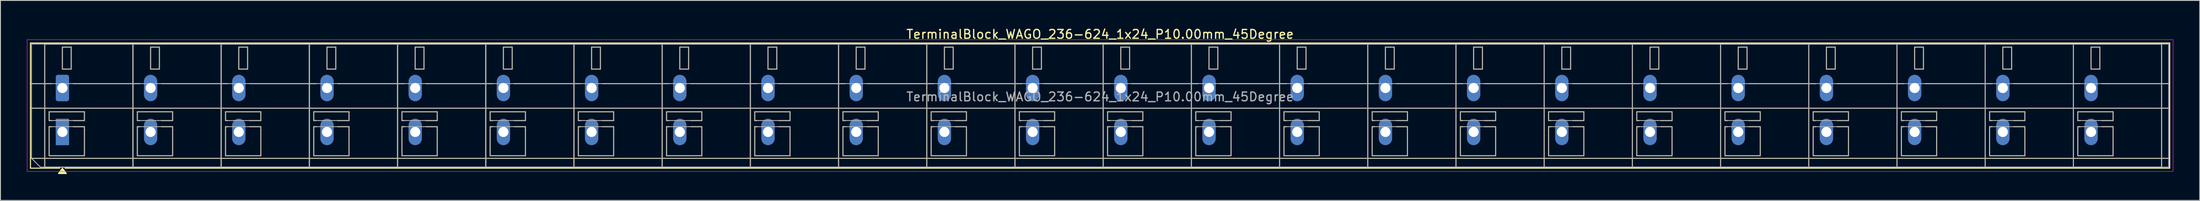
<source format=kicad_pcb>
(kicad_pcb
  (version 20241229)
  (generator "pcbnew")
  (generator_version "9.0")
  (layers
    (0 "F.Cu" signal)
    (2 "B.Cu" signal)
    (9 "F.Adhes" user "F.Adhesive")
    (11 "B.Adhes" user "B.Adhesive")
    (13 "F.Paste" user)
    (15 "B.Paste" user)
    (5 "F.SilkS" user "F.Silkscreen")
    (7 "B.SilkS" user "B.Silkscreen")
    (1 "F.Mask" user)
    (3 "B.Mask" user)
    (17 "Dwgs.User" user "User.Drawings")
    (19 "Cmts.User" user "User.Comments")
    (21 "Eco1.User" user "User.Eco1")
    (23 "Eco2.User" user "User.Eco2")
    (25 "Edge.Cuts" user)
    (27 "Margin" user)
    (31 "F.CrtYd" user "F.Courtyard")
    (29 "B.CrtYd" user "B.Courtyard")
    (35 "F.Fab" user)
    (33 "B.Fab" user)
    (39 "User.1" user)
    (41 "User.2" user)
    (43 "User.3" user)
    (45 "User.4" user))
  (footprint "TerminalBlock_WAGO_236-624_1x24_P10.00mm_45Degree"
    (layer "F.Cu")
    (at 4.025 6.968)
    (property "Reference" "TerminalBlock_WAGO_236-624_1x24_P10.00mm_45Degree" (at 117.65 -6.12 0) (layer "F.SilkS") (effects (font (size 1 1) (thickness 0.15))))
    (attr through_hole)
    (fp_line (start -3.62 -5.12) (end -3.62 9.12) (stroke (width 0.12) (type solid)) (layer "F.SilkS"))
    (fp_line (start -3.62 -5.12) (end 238.92 -5.12) (stroke (width 0.12) (type solid)) (layer "F.SilkS"))
    (fp_line (start -3.62 -0.5) (end -1.23 -0.5) (stroke (width 0.12) (type solid)) (layer "F.SilkS"))
    (fp_line (start -3.62 2.3) (end 238.92 2.3) (stroke (width 0.12) (type solid)) (layer "F.SilkS"))
    (fp_line (start -3.62 8) (end 238.92 8) (stroke (width 0.12) (type solid)) (layer "F.SilkS"))
    (fp_line (start -3.62 9.12) (end -0.3 9.12) (stroke (width 0.12) (type solid)) (layer "F.SilkS"))
    (fp_line (start -2 -5) (end -2 9) (stroke (width 0.12) (type solid)) (layer "F.SilkS"))
    (fp_line (start -2 -5) (end 8 -5) (stroke (width 0.12) (type solid)) (layer "F.SilkS"))
    (fp_line (start -2 9) (end 8 9) (stroke (width 0.12) (type solid)) (layer "F.SilkS"))
    (fp_line (start -1.5 2.7) (end -1.5 3.7) (stroke (width 0.12) (type solid)) (layer "F.SilkS"))
    (fp_line (start -1.5 2.7) (end 2.5 2.7) (stroke (width 0.12) (type solid)) (layer "F.SilkS"))
    (fp_line (start -1.5 3.7) (end -1.23 3.7) (stroke (width 0.12) (type solid)) (layer "F.SilkS"))
    (fp_line (start -1.5 4.4) (end -1.5 7.7) (stroke (width 0.12) (type solid)) (layer "F.SilkS"))
    (fp_line (start -1.5 4.4) (end -1.23 4.4) (stroke (width 0.12) (type solid)) (layer "F.SilkS"))
    (fp_line (start -1.5 7.7) (end 2.5 7.7) (stroke (width 0.12) (type solid)) (layer "F.SilkS"))
    (fp_line (start 0 -4.65) (end 0 -2.15) (stroke (width 0.12) (type solid)) (layer "F.SilkS"))
    (fp_line (start 0 -4.65) (end 1 -4.65) (stroke (width 0.12) (type solid)) (layer "F.SilkS"))
    (fp_line (start 0 -2.15) (end 1 -2.15) (stroke (width 0.12) (type solid)) (layer "F.SilkS"))
    (fp_line (start 0.3 9.12) (end 238.92 9.12) (stroke (width 0.12) (type solid)) (layer "F.SilkS"))
    (fp_line (start 1 -4.65) (end 1 -2.15) (stroke (width 0.12) (type solid)) (layer "F.SilkS"))
    (fp_line (start 1.23 -0.5) (end 8.77 -0.5) (stroke (width 0.12) (type solid)) (layer "F.SilkS"))
    (fp_line (start 1.23 3.7) (end 2.5 3.7) (stroke (width 0.12) (type solid)) (layer "F.SilkS"))
    (fp_line (start 1.23 4.4) (end 2.5 4.4) (stroke (width 0.12) (type solid)) (layer "F.SilkS"))
    (fp_line (start 2.5 2.7) (end 2.5 3.7) (stroke (width 0.12) (type solid)) (layer "F.SilkS"))
    (fp_line (start 2.5 4.4) (end 2.5 7.7) (stroke (width 0.12) (type solid)) (layer "F.SilkS"))
    (fp_line (start 8 -5) (end 8 9) (stroke (width 0.12) (type solid)) (layer "F.SilkS"))
    (fp_line (start 8 -5) (end 8 9) (stroke (width 0.12) (type solid)) (layer "F.SilkS"))
    (fp_line (start 8 -5) (end 18 -5) (stroke (width 0.12) (type solid)) (layer "F.SilkS"))
    (fp_line (start 8 9) (end 18 9) (stroke (width 0.12) (type solid)) (layer "F.SilkS"))
    (fp_line (start 8.5 2.7) (end 8.5 3.7) (stroke (width 0.12) (type solid)) (layer "F.SilkS"))
    (fp_line (start 8.5 2.7) (end 12.5 2.7) (stroke (width 0.12) (type solid)) (layer "F.SilkS"))
    (fp_line (start 8.5 3.7) (end 8.77 3.7) (stroke (width 0.12) (type solid)) (layer "F.SilkS"))
    (fp_line (start 8.5 4.4) (end 8.5 7.7) (stroke (width 0.12) (type solid)) (layer "F.SilkS"))
    (fp_line (start 8.5 4.4) (end 8.77 4.4) (stroke (width 0.12) (type solid)) (layer "F.SilkS"))
    (fp_line (start 8.5 7.7) (end 12.5 7.7) (stroke (width 0.12) (type solid)) (layer "F.SilkS"))
    (fp_line (start 10 -4.65) (end 10 -2.15) (stroke (width 0.12) (type solid)) (layer "F.SilkS"))
    (fp_line (start 10 -4.65) (end 11 -4.65) (stroke (width 0.12) (type solid)) (layer "F.SilkS"))
    (fp_line (start 10 -2.15) (end 11 -2.15) (stroke (width 0.12) (type solid)) (layer "F.SilkS"))
    (fp_line (start 11 -4.65) (end 11 -2.15) (stroke (width 0.12) (type solid)) (layer "F.SilkS"))
    (fp_line (start 11.23 -0.5) (end 18.77 -0.5) (stroke (width 0.12) (type solid)) (layer "F.SilkS"))
    (fp_line (start 11.23 3.7) (end 12.5 3.7) (stroke (width 0.12) (type solid)) (layer "F.SilkS"))
    (fp_line (start 11.23 4.4) (end 12.5 4.4) (stroke (width 0.12) (type solid)) (layer "F.SilkS"))
    (fp_line (start 12.5 2.7) (end 12.5 3.7) (stroke (width 0.12) (type solid)) (layer "F.SilkS"))
    (fp_line (start 12.5 4.4) (end 12.5 7.7) (stroke (width 0.12) (type solid)) (layer "F.SilkS"))
    (fp_line (start 18 -5) (end 18 9) (stroke (width 0.12) (type solid)) (layer "F.SilkS"))
    (fp_line (start 18 -5) (end 18 9) (stroke (width 0.12) (type solid)) (layer "F.SilkS"))
    (fp_line (start 18 -5) (end 28 -5) (stroke (width 0.12) (type solid)) (layer "F.SilkS"))
    (fp_line (start 18 9) (end 28 9) (stroke (width 0.12) (type solid)) (layer "F.SilkS"))
    (fp_line (start 18.5 2.7) (end 18.5 3.7) (stroke (width 0.12) (type solid)) (layer "F.SilkS"))
    (fp_line (start 18.5 2.7) (end 22.5 2.7) (stroke (width 0.12) (type solid)) (layer "F.SilkS"))
    (fp_line (start 18.5 3.7) (end 18.77 3.7) (stroke (width 0.12) (type solid)) (layer "F.SilkS"))
    (fp_line (start 18.5 4.4) (end 18.5 7.7) (stroke (width 0.12) (type solid)) (layer "F.SilkS"))
    (fp_line (start 18.5 4.4) (end 18.77 4.4) (stroke (width 0.12) (type solid)) (layer "F.SilkS"))
    (fp_line (start 18.5 7.7) (end 22.5 7.7) (stroke (width 0.12) (type solid)) (layer "F.SilkS"))
    (fp_line (start 20 -4.65) (end 20 -2.15) (stroke (width 0.12) (type solid)) (layer "F.SilkS"))
    (fp_line (start 20 -4.65) (end 21 -4.65) (stroke (width 0.12) (type solid)) (layer "F.SilkS"))
    (fp_line (start 20 -2.15) (end 21 -2.15) (stroke (width 0.12) (type solid)) (layer "F.SilkS"))
    (fp_line (start 21 -4.65) (end 21 -2.15) (stroke (width 0.12) (type solid)) (layer "F.SilkS"))
    (fp_line (start 21.23 -0.5) (end 28.77 -0.5) (stroke (width 0.12) (type solid)) (layer "F.SilkS"))
    (fp_line (start 21.23 3.7) (end 22.5 3.7) (stroke (width 0.12) (type solid)) (layer "F.SilkS"))
    (fp_line (start 21.23 4.4) (end 22.5 4.4) (stroke (width 0.12) (type solid)) (layer "F.SilkS"))
    (fp_line (start 22.5 2.7) (end 22.5 3.7) (stroke (width 0.12) (type solid)) (layer "F.SilkS"))
    (fp_line (start 22.5 4.4) (end 22.5 7.7) (stroke (width 0.12) (type solid)) (layer "F.SilkS"))
    (fp_line (start 28 -5) (end 28 9) (stroke (width 0.12) (type solid)) (layer "F.SilkS"))
    (fp_line (start 28 -5) (end 28 9) (stroke (width 0.12) (type solid)) (layer "F.SilkS"))
    (fp_line (start 28 -5) (end 38 -5) (stroke (width 0.12) (type solid)) (layer "F.SilkS"))
    (fp_line (start 28 9) (end 38 9) (stroke (width 0.12) (type solid)) (layer "F.SilkS"))
    (fp_line (start 28.5 2.7) (end 28.5 3.7) (stroke (width 0.12) (type solid)) (layer "F.SilkS"))
    (fp_line (start 28.5 2.7) (end 32.5 2.7) (stroke (width 0.12) (type solid)) (layer "F.SilkS"))
    (fp_line (start 28.5 3.7) (end 28.77 3.7) (stroke (width 0.12) (type solid)) (layer "F.SilkS"))
    (fp_line (start 28.5 4.4) (end 28.5 7.7) (stroke (width 0.12) (type solid)) (layer "F.SilkS"))
    (fp_line (start 28.5 4.4) (end 28.77 4.4) (stroke (width 0.12) (type solid)) (layer "F.SilkS"))
    (fp_line (start 28.5 7.7) (end 32.5 7.7) (stroke (width 0.12) (type solid)) (layer "F.SilkS"))
    (fp_line (start 30 -4.65) (end 30 -2.15) (stroke (width 0.12) (type solid)) (layer "F.SilkS"))
    (fp_line (start 30 -4.65) (end 31 -4.65) (stroke (width 0.12) (type solid)) (layer "F.SilkS"))
    (fp_line (start 30 -2.15) (end 31 -2.15) (stroke (width 0.12) (type solid)) (layer "F.SilkS"))
    (fp_line (start 31 -4.65) (end 31 -2.15) (stroke (width 0.12) (type solid)) (layer "F.SilkS"))
    (fp_line (start 31.23 -0.5) (end 38.77 -0.5) (stroke (width 0.12) (type solid)) (layer "F.SilkS"))
    (fp_line (start 31.23 3.7) (end 32.5 3.7) (stroke (width 0.12) (type solid)) (layer "F.SilkS"))
    (fp_line (start 31.23 4.4) (end 32.5 4.4) (stroke (width 0.12) (type solid)) (layer "F.SilkS"))
    (fp_line (start 32.5 2.7) (end 32.5 3.7) (stroke (width 0.12) (type solid)) (layer "F.SilkS"))
    (fp_line (start 32.5 4.4) (end 32.5 7.7) (stroke (width 0.12) (type solid)) (layer "F.SilkS"))
    (fp_line (start 38 -5) (end 38 9) (stroke (width 0.12) (type solid)) (layer "F.SilkS"))
    (fp_line (start 38 -5) (end 38 9) (stroke (width 0.12) (type solid)) (layer "F.SilkS"))
    (fp_line (start 38 -5) (end 48 -5) (stroke (width 0.12) (type solid)) (layer "F.SilkS"))
    (fp_line (start 38 9) (end 48 9) (stroke (width 0.12) (type solid)) (layer "F.SilkS"))
    (fp_line (start 38.5 2.7) (end 38.5 3.7) (stroke (width 0.12) (type solid)) (layer "F.SilkS"))
    (fp_line (start 38.5 2.7) (end 42.5 2.7) (stroke (width 0.12) (type solid)) (layer "F.SilkS"))
    (fp_line (start 38.5 3.7) (end 38.77 3.7) (stroke (width 0.12) (type solid)) (layer "F.SilkS"))
    (fp_line (start 38.5 4.4) (end 38.5 7.7) (stroke (width 0.12) (type solid)) (layer "F.SilkS"))
    (fp_line (start 38.5 4.4) (end 38.77 4.4) (stroke (width 0.12) (type solid)) (layer "F.SilkS"))
    (fp_line (start 38.5 7.7) (end 42.5 7.7) (stroke (width 0.12) (type solid)) (layer "F.SilkS"))
    (fp_line (start 40 -4.65) (end 40 -2.15) (stroke (width 0.12) (type solid)) (layer "F.SilkS"))
    (fp_line (start 40 -4.65) (end 41 -4.65) (stroke (width 0.12) (type solid)) (layer "F.SilkS"))
    (fp_line (start 40 -2.15) (end 41 -2.15) (stroke (width 0.12) (type solid)) (layer "F.SilkS"))
    (fp_line (start 41 -4.65) (end 41 -2.15) (stroke (width 0.12) (type solid)) (layer "F.SilkS"))
    (fp_line (start 41.23 -0.5) (end 48.77 -0.5) (stroke (width 0.12) (type solid)) (layer "F.SilkS"))
    (fp_line (start 41.23 3.7) (end 42.5 3.7) (stroke (width 0.12) (type solid)) (layer "F.SilkS"))
    (fp_line (start 41.23 4.4) (end 42.5 4.4) (stroke (width 0.12) (type solid)) (layer "F.SilkS"))
    (fp_line (start 42.5 2.7) (end 42.5 3.7) (stroke (width 0.12) (type solid)) (layer "F.SilkS"))
    (fp_line (start 42.5 4.4) (end 42.5 7.7) (stroke (width 0.12) (type solid)) (layer "F.SilkS"))
    (fp_line (start 48 -5) (end 48 9) (stroke (width 0.12) (type solid)) (layer "F.SilkS"))
    (fp_line (start 48 -5) (end 48 9) (stroke (width 0.12) (type solid)) (layer "F.SilkS"))
    (fp_line (start 48 -5) (end 58 -5) (stroke (width 0.12) (type solid)) (layer "F.SilkS"))
    (fp_line (start 48 9) (end 58 9) (stroke (width 0.12) (type solid)) (layer "F.SilkS"))
    (fp_line (start 48.5 2.7) (end 48.5 3.7) (stroke (width 0.12) (type solid)) (layer "F.SilkS"))
    (fp_line (start 48.5 2.7) (end 52.5 2.7) (stroke (width 0.12) (type solid)) (layer "F.SilkS"))
    (fp_line (start 48.5 3.7) (end 48.77 3.7) (stroke (width 0.12) (type solid)) (layer "F.SilkS"))
    (fp_line (start 48.5 4.4) (end 48.5 7.7) (stroke (width 0.12) (type solid)) (layer "F.SilkS"))
    (fp_line (start 48.5 4.4) (end 48.77 4.4) (stroke (width 0.12) (type solid)) (layer "F.SilkS"))
    (fp_line (start 48.5 7.7) (end 52.5 7.7) (stroke (width 0.12) (type solid)) (layer "F.SilkS"))
    (fp_line (start 50 -4.65) (end 50 -2.15) (stroke (width 0.12) (type solid)) (layer "F.SilkS"))
    (fp_line (start 50 -4.65) (end 51 -4.65) (stroke (width 0.12) (type solid)) (layer "F.SilkS"))
    (fp_line (start 50 -2.15) (end 51 -2.15) (stroke (width 0.12) (type solid)) (layer "F.SilkS"))
    (fp_line (start 51 -4.65) (end 51 -2.15) (stroke (width 0.12) (type solid)) (layer "F.SilkS"))
    (fp_line (start 51.23 -0.5) (end 58.77 -0.5) (stroke (width 0.12) (type solid)) (layer "F.SilkS"))
    (fp_line (start 51.23 3.7) (end 52.5 3.7) (stroke (width 0.12) (type solid)) (layer "F.SilkS"))
    (fp_line (start 51.23 4.4) (end 52.5 4.4) (stroke (width 0.12) (type solid)) (layer "F.SilkS"))
    (fp_line (start 52.5 2.7) (end 52.5 3.7) (stroke (width 0.12) (type solid)) (layer "F.SilkS"))
    (fp_line (start 52.5 4.4) (end 52.5 7.7) (stroke (width 0.12) (type solid)) (layer "F.SilkS"))
    (fp_line (start 58 -5) (end 58 9) (stroke (width 0.12) (type solid)) (layer "F.SilkS"))
    (fp_line (start 58 -5) (end 58 9) (stroke (width 0.12) (type solid)) (layer "F.SilkS"))
    (fp_line (start 58 -5) (end 68 -5) (stroke (width 0.12) (type solid)) (layer "F.SilkS"))
    (fp_line (start 58 9) (end 68 9) (stroke (width 0.12) (type solid)) (layer "F.SilkS"))
    (fp_line (start 58.5 2.7) (end 58.5 3.7) (stroke (width 0.12) (type solid)) (layer "F.SilkS"))
    (fp_line (start 58.5 2.7) (end 62.5 2.7) (stroke (width 0.12) (type solid)) (layer "F.SilkS"))
    (fp_line (start 58.5 3.7) (end 58.77 3.7) (stroke (width 0.12) (type solid)) (layer "F.SilkS"))
    (fp_line (start 58.5 4.4) (end 58.5 7.7) (stroke (width 0.12) (type solid)) (layer "F.SilkS"))
    (fp_line (start 58.5 4.4) (end 58.77 4.4) (stroke (width 0.12) (type solid)) (layer "F.SilkS"))
    (fp_line (start 58.5 7.7) (end 62.5 7.7) (stroke (width 0.12) (type solid)) (layer "F.SilkS"))
    (fp_line (start 60 -4.65) (end 60 -2.15) (stroke (width 0.12) (type solid)) (layer "F.SilkS"))
    (fp_line (start 60 -4.65) (end 61 -4.65) (stroke (width 0.12) (type solid)) (layer "F.SilkS"))
    (fp_line (start 60 -2.15) (end 61 -2.15) (stroke (width 0.12) (type solid)) (layer "F.SilkS"))
    (fp_line (start 61 -4.65) (end 61 -2.15) (stroke (width 0.12) (type solid)) (layer "F.SilkS"))
    (fp_line (start 61.23 -0.5) (end 68.77 -0.5) (stroke (width 0.12) (type solid)) (layer "F.SilkS"))
    (fp_line (start 61.23 3.7) (end 62.5 3.7) (stroke (width 0.12) (type solid)) (layer "F.SilkS"))
    (fp_line (start 61.23 4.4) (end 62.5 4.4) (stroke (width 0.12) (type solid)) (layer "F.SilkS"))
    (fp_line (start 62.5 2.7) (end 62.5 3.7) (stroke (width 0.12) (type solid)) (layer "F.SilkS"))
    (fp_line (start 62.5 4.4) (end 62.5 7.7) (stroke (width 0.12) (type solid)) (layer "F.SilkS"))
    (fp_line (start 68 -5) (end 68 9) (stroke (width 0.12) (type solid)) (layer "F.SilkS"))
    (fp_line (start 68 -5) (end 68 9) (stroke (width 0.12) (type solid)) (layer "F.SilkS"))
    (fp_line (start 68 -5) (end 78 -5) (stroke (width 0.12) (type solid)) (layer "F.SilkS"))
    (fp_line (start 68 9) (end 78 9) (stroke (width 0.12) (type solid)) (layer "F.SilkS"))
    (fp_line (start 68.5 2.7) (end 68.5 3.7) (stroke (width 0.12) (type solid)) (layer "F.SilkS"))
    (fp_line (start 68.5 2.7) (end 72.5 2.7) (stroke (width 0.12) (type solid)) (layer "F.SilkS"))
    (fp_line (start 68.5 3.7) (end 68.77 3.7) (stroke (width 0.12) (type solid)) (layer "F.SilkS"))
    (fp_line (start 68.5 4.4) (end 68.5 7.7) (stroke (width 0.12) (type solid)) (layer "F.SilkS"))
    (fp_line (start 68.5 4.4) (end 68.77 4.4) (stroke (width 0.12) (type solid)) (layer "F.SilkS"))
    (fp_line (start 68.5 7.7) (end 72.5 7.7) (stroke (width 0.12) (type solid)) (layer "F.SilkS"))
    (fp_line (start 70 -4.65) (end 70 -2.15) (stroke (width 0.12) (type solid)) (layer "F.SilkS"))
    (fp_line (start 70 -4.65) (end 71 -4.65) (stroke (width 0.12) (type solid)) (layer "F.SilkS"))
    (fp_line (start 70 -2.15) (end 71 -2.15) (stroke (width 0.12) (type solid)) (layer "F.SilkS"))
    (fp_line (start 71 -4.65) (end 71 -2.15) (stroke (width 0.12) (type solid)) (layer "F.SilkS"))
    (fp_line (start 71.23 -0.5) (end 78.77 -0.5) (stroke (width 0.12) (type solid)) (layer "F.SilkS"))
    (fp_line (start 71.23 3.7) (end 72.5 3.7) (stroke (width 0.12) (type solid)) (layer "F.SilkS"))
    (fp_line (start 71.23 4.4) (end 72.5 4.4) (stroke (width 0.12) (type solid)) (layer "F.SilkS"))
    (fp_line (start 72.5 2.7) (end 72.5 3.7) (stroke (width 0.12) (type solid)) (layer "F.SilkS"))
    (fp_line (start 72.5 4.4) (end 72.5 7.7) (stroke (width 0.12) (type solid)) (layer "F.SilkS"))
    (fp_line (start 78 -5) (end 78 9) (stroke (width 0.12) (type solid)) (layer "F.SilkS"))
    (fp_line (start 78 -5) (end 78 9) (stroke (width 0.12) (type solid)) (layer "F.SilkS"))
    (fp_line (start 78 -5) (end 88 -5) (stroke (width 0.12) (type solid)) (layer "F.SilkS"))
    (fp_line (start 78 9) (end 88 9) (stroke (width 0.12) (type solid)) (layer "F.SilkS"))
    (fp_line (start 78.5 2.7) (end 78.5 3.7) (stroke (width 0.12) (type solid)) (layer "F.SilkS"))
    (fp_line (start 78.5 2.7) (end 82.5 2.7) (stroke (width 0.12) (type solid)) (layer "F.SilkS"))
    (fp_line (start 78.5 3.7) (end 78.77 3.7) (stroke (width 0.12) (type solid)) (layer "F.SilkS"))
    (fp_line (start 78.5 4.4) (end 78.5 7.7) (stroke (width 0.12) (type solid)) (layer "F.SilkS"))
    (fp_line (start 78.5 4.4) (end 78.77 4.4) (stroke (width 0.12) (type solid)) (layer "F.SilkS"))
    (fp_line (start 78.5 7.7) (end 82.5 7.7) (stroke (width 0.12) (type solid)) (layer "F.SilkS"))
    (fp_line (start 80 -4.65) (end 80 -2.15) (stroke (width 0.12) (type solid)) (layer "F.SilkS"))
    (fp_line (start 80 -4.65) (end 81 -4.65) (stroke (width 0.12) (type solid)) (layer "F.SilkS"))
    (fp_line (start 80 -2.15) (end 81 -2.15) (stroke (width 0.12) (type solid)) (layer "F.SilkS"))
    (fp_line (start 81 -4.65) (end 81 -2.15) (stroke (width 0.12) (type solid)) (layer "F.SilkS"))
    (fp_line (start 81.23 -0.5) (end 88.77 -0.5) (stroke (width 0.12) (type solid)) (layer "F.SilkS"))
    (fp_line (start 81.23 3.7) (end 82.5 3.7) (stroke (width 0.12) (type solid)) (layer "F.SilkS"))
    (fp_line (start 81.23 4.4) (end 82.5 4.4) (stroke (width 0.12) (type solid)) (layer "F.SilkS"))
    (fp_line (start 82.5 2.7) (end 82.5 3.7) (stroke (width 0.12) (type solid)) (layer "F.SilkS"))
    (fp_line (start 82.5 4.4) (end 82.5 7.7) (stroke (width 0.12) (type solid)) (layer "F.SilkS"))
    (fp_line (start 88 -5) (end 88 9) (stroke (width 0.12) (type solid)) (layer "F.SilkS"))
    (fp_line (start 88 -5) (end 88 9) (stroke (width 0.12) (type solid)) (layer "F.SilkS"))
    (fp_line (start 88 -5) (end 98 -5) (stroke (width 0.12) (type solid)) (layer "F.SilkS"))
    (fp_line (start 88 9) (end 98 9) (stroke (width 0.12) (type solid)) (layer "F.SilkS"))
    (fp_line (start 88.5 2.7) (end 88.5 3.7) (stroke (width 0.12) (type solid)) (layer "F.SilkS"))
    (fp_line (start 88.5 2.7) (end 92.5 2.7) (stroke (width 0.12) (type solid)) (layer "F.SilkS"))
    (fp_line (start 88.5 3.7) (end 88.77 3.7) (stroke (width 0.12) (type solid)) (layer "F.SilkS"))
    (fp_line (start 88.5 4.4) (end 88.5 7.7) (stroke (width 0.12) (type solid)) (layer "F.SilkS"))
    (fp_line (start 88.5 4.4) (end 88.77 4.4) (stroke (width 0.12) (type solid)) (layer "F.SilkS"))
    (fp_line (start 88.5 7.7) (end 92.5 7.7) (stroke (width 0.12) (type solid)) (layer "F.SilkS"))
    (fp_line (start 90 -4.65) (end 90 -2.15) (stroke (width 0.12) (type solid)) (layer "F.SilkS"))
    (fp_line (start 90 -4.65) (end 91 -4.65) (stroke (width 0.12) (type solid)) (layer "F.SilkS"))
    (fp_line (start 90 -2.15) (end 91 -2.15) (stroke (width 0.12) (type solid)) (layer "F.SilkS"))
    (fp_line (start 91 -4.65) (end 91 -2.15) (stroke (width 0.12) (type solid)) (layer "F.SilkS"))
    (fp_line (start 91.23 -0.5) (end 98.77 -0.5) (stroke (width 0.12) (type solid)) (layer "F.SilkS"))
    (fp_line (start 91.23 3.7) (end 92.5 3.7) (stroke (width 0.12) (type solid)) (layer "F.SilkS"))
    (fp_line (start 91.23 4.4) (end 92.5 4.4) (stroke (width 0.12) (type solid)) (layer "F.SilkS"))
    (fp_line (start 92.5 2.7) (end 92.5 3.7) (stroke (width 0.12) (type solid)) (layer "F.SilkS"))
    (fp_line (start 92.5 4.4) (end 92.5 7.7) (stroke (width 0.12) (type solid)) (layer "F.SilkS"))
    (fp_line (start 98 -5) (end 98 9) (stroke (width 0.12) (type solid)) (layer "F.SilkS"))
    (fp_line (start 98 -5) (end 98 9) (stroke (width 0.12) (type solid)) (layer "F.SilkS"))
    (fp_line (start 98 -5) (end 108 -5) (stroke (width 0.12) (type solid)) (layer "F.SilkS"))
    (fp_line (start 98 9) (end 108 9) (stroke (width 0.12) (type solid)) (layer "F.SilkS"))
    (fp_line (start 98.5 2.7) (end 98.5 3.7) (stroke (width 0.12) (type solid)) (layer "F.SilkS"))
    (fp_line (start 98.5 2.7) (end 102.5 2.7) (stroke (width 0.12) (type solid)) (layer "F.SilkS"))
    (fp_line (start 98.5 3.7) (end 98.77 3.7) (stroke (width 0.12) (type solid)) (layer "F.SilkS"))
    (fp_line (start 98.5 4.4) (end 98.5 7.7) (stroke (width 0.12) (type solid)) (layer "F.SilkS"))
    (fp_line (start 98.5 4.4) (end 98.77 4.4) (stroke (width 0.12) (type solid)) (layer "F.SilkS"))
    (fp_line (start 98.5 7.7) (end 102.5 7.7) (stroke (width 0.12) (type solid)) (layer "F.SilkS"))
    (fp_line (start 100 -4.65) (end 100 -2.15) (stroke (width 0.12) (type solid)) (layer "F.SilkS"))
    (fp_line (start 100 -4.65) (end 101 -4.65) (stroke (width 0.12) (type solid)) (layer "F.SilkS"))
    (fp_line (start 100 -2.15) (end 101 -2.15) (stroke (width 0.12) (type solid)) (layer "F.SilkS"))
    (fp_line (start 101 -4.65) (end 101 -2.15) (stroke (width 0.12) (type solid)) (layer "F.SilkS"))
    (fp_line (start 101.23 -0.5) (end 108.77 -0.5) (stroke (width 0.12) (type solid)) (layer "F.SilkS"))
    (fp_line (start 101.23 3.7) (end 102.5 3.7) (stroke (width 0.12) (type solid)) (layer "F.SilkS"))
    (fp_line (start 101.23 4.4) (end 102.5 4.4) (stroke (width 0.12) (type solid)) (layer "F.SilkS"))
    (fp_line (start 102.5 2.7) (end 102.5 3.7) (stroke (width 0.12) (type solid)) (layer "F.SilkS"))
    (fp_line (start 102.5 4.4) (end 102.5 7.7) (stroke (width 0.12) (type solid)) (layer "F.SilkS"))
    (fp_line (start 108 -5) (end 108 9) (stroke (width 0.12) (type solid)) (layer "F.SilkS"))
    (fp_line (start 108 -5) (end 108 9) (stroke (width 0.12) (type solid)) (layer "F.SilkS"))
    (fp_line (start 108 -5) (end 118 -5) (stroke (width 0.12) (type solid)) (layer "F.SilkS"))
    (fp_line (start 108 9) (end 118 9) (stroke (width 0.12) (type solid)) (layer "F.SilkS"))
    (fp_line (start 108.5 2.7) (end 108.5 3.7) (stroke (width 0.12) (type solid)) (layer "F.SilkS"))
    (fp_line (start 108.5 2.7) (end 112.5 2.7) (stroke (width 0.12) (type solid)) (layer "F.SilkS"))
    (fp_line (start 108.5 3.7) (end 108.77 3.7) (stroke (width 0.12) (type solid)) (layer "F.SilkS"))
    (fp_line (start 108.5 4.4) (end 108.5 7.7) (stroke (width 0.12) (type solid)) (layer "F.SilkS"))
    (fp_line (start 108.5 4.4) (end 108.77 4.4) (stroke (width 0.12) (type solid)) (layer "F.SilkS"))
    (fp_line (start 108.5 7.7) (end 112.5 7.7) (stroke (width 0.12) (type solid)) (layer "F.SilkS"))
    (fp_line (start 110 -4.65) (end 110 -2.15) (stroke (width 0.12) (type solid)) (layer "F.SilkS"))
    (fp_line (start 110 -4.65) (end 111 -4.65) (stroke (width 0.12) (type solid)) (layer "F.SilkS"))
    (fp_line (start 110 -2.15) (end 111 -2.15) (stroke (width 0.12) (type solid)) (layer "F.SilkS"))
    (fp_line (start 111 -4.65) (end 111 -2.15) (stroke (width 0.12) (type solid)) (layer "F.SilkS"))
    (fp_line (start 111.23 -0.5) (end 118.77 -0.5) (stroke (width 0.12) (type solid)) (layer "F.SilkS"))
    (fp_line (start 111.23 3.7) (end 112.5 3.7) (stroke (width 0.12) (type solid)) (layer "F.SilkS"))
    (fp_line (start 111.23 4.4) (end 112.5 4.4) (stroke (width 0.12) (type solid)) (layer "F.SilkS"))
    (fp_line (start 112.5 2.7) (end 112.5 3.7) (stroke (width 0.12) (type solid)) (layer "F.SilkS"))
    (fp_line (start 112.5 4.4) (end 112.5 7.7) (stroke (width 0.12) (type solid)) (layer "F.SilkS"))
    (fp_line (start 118 -5) (end 118 9) (stroke (width 0.12) (type solid)) (layer "F.SilkS"))
    (fp_line (start 118 -5) (end 118 9) (stroke (width 0.12) (type solid)) (layer "F.SilkS"))
    (fp_line (start 118 -5) (end 128 -5) (stroke (width 0.12) (type solid)) (layer "F.SilkS"))
    (fp_line (start 118 9) (end 128 9) (stroke (width 0.12) (type solid)) (layer "F.SilkS"))
    (fp_line (start 118.5 2.7) (end 118.5 3.7) (stroke (width 0.12) (type solid)) (layer "F.SilkS"))
    (fp_line (start 118.5 2.7) (end 122.5 2.7) (stroke (width 0.12) (type solid)) (layer "F.SilkS"))
    (fp_line (start 118.5 3.7) (end 118.77 3.7) (stroke (width 0.12) (type solid)) (layer "F.SilkS"))
    (fp_line (start 118.5 4.4) (end 118.5 7.7) (stroke (width 0.12) (type solid)) (layer "F.SilkS"))
    (fp_line (start 118.5 4.4) (end 118.77 4.4) (stroke (width 0.12) (type solid)) (layer "F.SilkS"))
    (fp_line (start 118.5 7.7) (end 122.5 7.7) (stroke (width 0.12) (type solid)) (layer "F.SilkS"))
    (fp_line (start 120 -4.65) (end 120 -2.15) (stroke (width 0.12) (type solid)) (layer "F.SilkS"))
    (fp_line (start 120 -4.65) (end 121 -4.65) (stroke (width 0.12) (type solid)) (layer "F.SilkS"))
    (fp_line (start 120 -2.15) (end 121 -2.15) (stroke (width 0.12) (type solid)) (layer "F.SilkS"))
    (fp_line (start 121 -4.65) (end 121 -2.15) (stroke (width 0.12) (type solid)) (layer "F.SilkS"))
    (fp_line (start 121.23 -0.5) (end 128.77 -0.5) (stroke (width 0.12) (type solid)) (layer "F.SilkS"))
    (fp_line (start 121.23 3.7) (end 122.5 3.7) (stroke (width 0.12) (type solid)) (layer "F.SilkS"))
    (fp_line (start 121.23 4.4) (end 122.5 4.4) (stroke (width 0.12) (type solid)) (layer "F.SilkS"))
    (fp_line (start 122.5 2.7) (end 122.5 3.7) (stroke (width 0.12) (type solid)) (layer "F.SilkS"))
    (fp_line (start 122.5 4.4) (end 122.5 7.7) (stroke (width 0.12) (type solid)) (layer "F.SilkS"))
    (fp_line (start 128 -5) (end 128 9) (stroke (width 0.12) (type solid)) (layer "F.SilkS"))
    (fp_line (start 128 -5) (end 128 9) (stroke (width 0.12) (type solid)) (layer "F.SilkS"))
    (fp_line (start 128 -5) (end 138 -5) (stroke (width 0.12) (type solid)) (layer "F.SilkS"))
    (fp_line (start 128 9) (end 138 9) (stroke (width 0.12) (type solid)) (layer "F.SilkS"))
    (fp_line (start 128.5 2.7) (end 128.5 3.7) (stroke (width 0.12) (type solid)) (layer "F.SilkS"))
    (fp_line (start 128.5 2.7) (end 132.5 2.7) (stroke (width 0.12) (type solid)) (layer "F.SilkS"))
    (fp_line (start 128.5 3.7) (end 128.77 3.7) (stroke (width 0.12) (type solid)) (layer "F.SilkS"))
    (fp_line (start 128.5 4.4) (end 128.5 7.7) (stroke (width 0.12) (type solid)) (layer "F.SilkS"))
    (fp_line (start 128.5 4.4) (end 128.77 4.4) (stroke (width 0.12) (type solid)) (layer "F.SilkS"))
    (fp_line (start 128.5 7.7) (end 132.5 7.7) (stroke (width 0.12) (type solid)) (layer "F.SilkS"))
    (fp_line (start 130 -4.65) (end 130 -2.15) (stroke (width 0.12) (type solid)) (layer "F.SilkS"))
    (fp_line (start 130 -4.65) (end 131 -4.65) (stroke (width 0.12) (type solid)) (layer "F.SilkS"))
    (fp_line (start 130 -2.15) (end 131 -2.15) (stroke (width 0.12) (type solid)) (layer "F.SilkS"))
    (fp_line (start 131 -4.65) (end 131 -2.15) (stroke (width 0.12) (type solid)) (layer "F.SilkS"))
    (fp_line (start 131.23 -0.5) (end 138.77 -0.5) (stroke (width 0.12) (type solid)) (layer "F.SilkS"))
    (fp_line (start 131.23 3.7) (end 132.5 3.7) (stroke (width 0.12) (type solid)) (layer "F.SilkS"))
    (fp_line (start 131.23 4.4) (end 132.5 4.4) (stroke (width 0.12) (type solid)) (layer "F.SilkS"))
    (fp_line (start 132.5 2.7) (end 132.5 3.7) (stroke (width 0.12) (type solid)) (layer "F.SilkS"))
    (fp_line (start 132.5 4.4) (end 132.5 7.7) (stroke (width 0.12) (type solid)) (layer "F.SilkS"))
    (fp_line (start 138 -5) (end 138 9) (stroke (width 0.12) (type solid)) (layer "F.SilkS"))
    (fp_line (start 138 -5) (end 138 9) (stroke (width 0.12) (type solid)) (layer "F.SilkS"))
    (fp_line (start 138 -5) (end 148 -5) (stroke (width 0.12) (type solid)) (layer "F.SilkS"))
    (fp_line (start 138 9) (end 148 9) (stroke (width 0.12) (type solid)) (layer "F.SilkS"))
    (fp_line (start 138.5 2.7) (end 138.5 3.7) (stroke (width 0.12) (type solid)) (layer "F.SilkS"))
    (fp_line (start 138.5 2.7) (end 142.5 2.7) (stroke (width 0.12) (type solid)) (layer "F.SilkS"))
    (fp_line (start 138.5 3.7) (end 138.77 3.7) (stroke (width 0.12) (type solid)) (layer "F.SilkS"))
    (fp_line (start 138.5 4.4) (end 138.5 7.7) (stroke (width 0.12) (type solid)) (layer "F.SilkS"))
    (fp_line (start 138.5 4.4) (end 138.77 4.4) (stroke (width 0.12) (type solid)) (layer "F.SilkS"))
    (fp_line (start 138.5 7.7) (end 142.5 7.7) (stroke (width 0.12) (type solid)) (layer "F.SilkS"))
    (fp_line (start 140 -4.65) (end 140 -2.15) (stroke (width 0.12) (type solid)) (layer "F.SilkS"))
    (fp_line (start 140 -4.65) (end 141 -4.65) (stroke (width 0.12) (type solid)) (layer "F.SilkS"))
    (fp_line (start 140 -2.15) (end 141 -2.15) (stroke (width 0.12) (type solid)) (layer "F.SilkS"))
    (fp_line (start 141 -4.65) (end 141 -2.15) (stroke (width 0.12) (type solid)) (layer "F.SilkS"))
    (fp_line (start 141.23 -0.5) (end 148.77 -0.5) (stroke (width 0.12) (type solid)) (layer "F.SilkS"))
    (fp_line (start 141.23 3.7) (end 142.5 3.7) (stroke (width 0.12) (type solid)) (layer "F.SilkS"))
    (fp_line (start 141.23 4.4) (end 142.5 4.4) (stroke (width 0.12) (type solid)) (layer "F.SilkS"))
    (fp_line (start 142.5 2.7) (end 142.5 3.7) (stroke (width 0.12) (type solid)) (layer "F.SilkS"))
    (fp_line (start 142.5 4.4) (end 142.5 7.7) (stroke (width 0.12) (type solid)) (layer "F.SilkS"))
    (fp_line (start 148 -5) (end 148 9) (stroke (width 0.12) (type solid)) (layer "F.SilkS"))
    (fp_line (start 148 -5) (end 148 9) (stroke (width 0.12) (type solid)) (layer "F.SilkS"))
    (fp_line (start 148 -5) (end 158 -5) (stroke (width 0.12) (type solid)) (layer "F.SilkS"))
    (fp_line (start 148 9) (end 158 9) (stroke (width 0.12) (type solid)) (layer "F.SilkS"))
    (fp_line (start 148.5 2.7) (end 148.5 3.7) (stroke (width 0.12) (type solid)) (layer "F.SilkS"))
    (fp_line (start 148.5 2.7) (end 152.5 2.7) (stroke (width 0.12) (type solid)) (layer "F.SilkS"))
    (fp_line (start 148.5 3.7) (end 148.77 3.7) (stroke (width 0.12) (type solid)) (layer "F.SilkS"))
    (fp_line (start 148.5 4.4) (end 148.5 7.7) (stroke (width 0.12) (type solid)) (layer "F.SilkS"))
    (fp_line (start 148.5 4.4) (end 148.77 4.4) (stroke (width 0.12) (type solid)) (layer "F.SilkS"))
    (fp_line (start 148.5 7.7) (end 152.5 7.7) (stroke (width 0.12) (type solid)) (layer "F.SilkS"))
    (fp_line (start 150 -4.65) (end 150 -2.15) (stroke (width 0.12) (type solid)) (layer "F.SilkS"))
    (fp_line (start 150 -4.65) (end 151 -4.65) (stroke (width 0.12) (type solid)) (layer "F.SilkS"))
    (fp_line (start 150 -2.15) (end 151 -2.15) (stroke (width 0.12) (type solid)) (layer "F.SilkS"))
    (fp_line (start 151 -4.65) (end 151 -2.15) (stroke (width 0.12) (type solid)) (layer "F.SilkS"))
    (fp_line (start 151.23 -0.5) (end 158.77 -0.5) (stroke (width 0.12) (type solid)) (layer "F.SilkS"))
    (fp_line (start 151.23 3.7) (end 152.5 3.7) (stroke (width 0.12) (type solid)) (layer "F.SilkS"))
    (fp_line (start 151.23 4.4) (end 152.5 4.4) (stroke (width 0.12) (type solid)) (layer "F.SilkS"))
    (fp_line (start 152.5 2.7) (end 152.5 3.7) (stroke (width 0.12) (type solid)) (layer "F.SilkS"))
    (fp_line (start 152.5 4.4) (end 152.5 7.7) (stroke (width 0.12) (type solid)) (layer "F.SilkS"))
    (fp_line (start 158 -5) (end 158 9) (stroke (width 0.12) (type solid)) (layer "F.SilkS"))
    (fp_line (start 158 -5) (end 158 9) (stroke (width 0.12) (type solid)) (layer "F.SilkS"))
    (fp_line (start 158 -5) (end 168 -5) (stroke (width 0.12) (type solid)) (layer "F.SilkS"))
    (fp_line (start 158 9) (end 168 9) (stroke (width 0.12) (type solid)) (layer "F.SilkS"))
    (fp_line (start 158.5 2.7) (end 158.5 3.7) (stroke (width 0.12) (type solid)) (layer "F.SilkS"))
    (fp_line (start 158.5 2.7) (end 162.5 2.7) (stroke (width 0.12) (type solid)) (layer "F.SilkS"))
    (fp_line (start 158.5 3.7) (end 158.77 3.7) (stroke (width 0.12) (type solid)) (layer "F.SilkS"))
    (fp_line (start 158.5 4.4) (end 158.5 7.7) (stroke (width 0.12) (type solid)) (layer "F.SilkS"))
    (fp_line (start 158.5 4.4) (end 158.77 4.4) (stroke (width 0.12) (type solid)) (layer "F.SilkS"))
    (fp_line (start 158.5 7.7) (end 162.5 7.7) (stroke (width 0.12) (type solid)) (layer "F.SilkS"))
    (fp_line (start 160 -4.65) (end 160 -2.15) (stroke (width 0.12) (type solid)) (layer "F.SilkS"))
    (fp_line (start 160 -4.65) (end 161 -4.65) (stroke (width 0.12) (type solid)) (layer "F.SilkS"))
    (fp_line (start 160 -2.15) (end 161 -2.15) (stroke (width 0.12) (type solid)) (layer "F.SilkS"))
    (fp_line (start 161 -4.65) (end 161 -2.15) (stroke (width 0.12) (type solid)) (layer "F.SilkS"))
    (fp_line (start 161.23 -0.5) (end 168.77 -0.5) (stroke (width 0.12) (type solid)) (layer "F.SilkS"))
    (fp_line (start 161.23 3.7) (end 162.5 3.7) (stroke (width 0.12) (type solid)) (layer "F.SilkS"))
    (fp_line (start 161.23 4.4) (end 162.5 4.4) (stroke (width 0.12) (type solid)) (layer "F.SilkS"))
    (fp_line (start 162.5 2.7) (end 162.5 3.7) (stroke (width 0.12) (type solid)) (layer "F.SilkS"))
    (fp_line (start 162.5 4.4) (end 162.5 7.7) (stroke (width 0.12) (type solid)) (layer "F.SilkS"))
    (fp_line (start 168 -5) (end 168 9) (stroke (width 0.12) (type solid)) (layer "F.SilkS"))
    (fp_line (start 168 -5) (end 168 9) (stroke (width 0.12) (type solid)) (layer "F.SilkS"))
    (fp_line (start 168 -5) (end 178 -5) (stroke (width 0.12) (type solid)) (layer "F.SilkS"))
    (fp_line (start 168 9) (end 178 9) (stroke (width 0.12) (type solid)) (layer "F.SilkS"))
    (fp_line (start 168.5 2.7) (end 168.5 3.7) (stroke (width 0.12) (type solid)) (layer "F.SilkS"))
    (fp_line (start 168.5 2.7) (end 172.5 2.7) (stroke (width 0.12) (type solid)) (layer "F.SilkS"))
    (fp_line (start 168.5 3.7) (end 168.77 3.7) (stroke (width 0.12) (type solid)) (layer "F.SilkS"))
    (fp_line (start 168.5 4.4) (end 168.5 7.7) (stroke (width 0.12) (type solid)) (layer "F.SilkS"))
    (fp_line (start 168.5 4.4) (end 168.77 4.4) (stroke (width 0.12) (type solid)) (layer "F.SilkS"))
    (fp_line (start 168.5 7.7) (end 172.5 7.7) (stroke (width 0.12) (type solid)) (layer "F.SilkS"))
    (fp_line (start 170 -4.65) (end 170 -2.15) (stroke (width 0.12) (type solid)) (layer "F.SilkS"))
    (fp_line (start 170 -4.65) (end 171 -4.65) (stroke (width 0.12) (type solid)) (layer "F.SilkS"))
    (fp_line (start 170 -2.15) (end 171 -2.15) (stroke (width 0.12) (type solid)) (layer "F.SilkS"))
    (fp_line (start 171 -4.65) (end 171 -2.15) (stroke (width 0.12) (type solid)) (layer "F.SilkS"))
    (fp_line (start 171.23 -0.5) (end 178.77 -0.5) (stroke (width 0.12) (type solid)) (layer "F.SilkS"))
    (fp_line (start 171.23 3.7) (end 172.5 3.7) (stroke (width 0.12) (type solid)) (layer "F.SilkS"))
    (fp_line (start 171.23 4.4) (end 172.5 4.4) (stroke (width 0.12) (type solid)) (layer "F.SilkS"))
    (fp_line (start 172.5 2.7) (end 172.5 3.7) (stroke (width 0.12) (type solid)) (layer "F.SilkS"))
    (fp_line (start 172.5 4.4) (end 172.5 7.7) (stroke (width 0.12) (type solid)) (layer "F.SilkS"))
    (fp_line (start 178 -5) (end 178 9) (stroke (width 0.12) (type solid)) (layer "F.SilkS"))
    (fp_line (start 178 -5) (end 178 9) (stroke (width 0.12) (type solid)) (layer "F.SilkS"))
    (fp_line (start 178 -5) (end 188 -5) (stroke (width 0.12) (type solid)) (layer "F.SilkS"))
    (fp_line (start 178 9) (end 188 9) (stroke (width 0.12) (type solid)) (layer "F.SilkS"))
    (fp_line (start 178.5 2.7) (end 178.5 3.7) (stroke (width 0.12) (type solid)) (layer "F.SilkS"))
    (fp_line (start 178.5 2.7) (end 182.5 2.7) (stroke (width 0.12) (type solid)) (layer "F.SilkS"))
    (fp_line (start 178.5 3.7) (end 178.77 3.7) (stroke (width 0.12) (type solid)) (layer "F.SilkS"))
    (fp_line (start 178.5 4.4) (end 178.5 7.7) (stroke (width 0.12) (type solid)) (layer "F.SilkS"))
    (fp_line (start 178.5 4.4) (end 178.77 4.4) (stroke (width 0.12) (type solid)) (layer "F.SilkS"))
    (fp_line (start 178.5 7.7) (end 182.5 7.7) (stroke (width 0.12) (type solid)) (layer "F.SilkS"))
    (fp_line (start 180 -4.65) (end 180 -2.15) (stroke (width 0.12) (type solid)) (layer "F.SilkS"))
    (fp_line (start 180 -4.65) (end 181 -4.65) (stroke (width 0.12) (type solid)) (layer "F.SilkS"))
    (fp_line (start 180 -2.15) (end 181 -2.15) (stroke (width 0.12) (type solid)) (layer "F.SilkS"))
    (fp_line (start 181 -4.65) (end 181 -2.15) (stroke (width 0.12) (type solid)) (layer "F.SilkS"))
    (fp_line (start 181.23 -0.5) (end 188.77 -0.5) (stroke (width 0.12) (type solid)) (layer "F.SilkS"))
    (fp_line (start 181.23 3.7) (end 182.5 3.7) (stroke (width 0.12) (type solid)) (layer "F.SilkS"))
    (fp_line (start 181.23 4.4) (end 182.5 4.4) (stroke (width 0.12) (type solid)) (layer "F.SilkS"))
    (fp_line (start 182.5 2.7) (end 182.5 3.7) (stroke (width 0.12) (type solid)) (layer "F.SilkS"))
    (fp_line (start 182.5 4.4) (end 182.5 7.7) (stroke (width 0.12) (type solid)) (layer "F.SilkS"))
    (fp_line (start 188 -5) (end 188 9) (stroke (width 0.12) (type solid)) (layer "F.SilkS"))
    (fp_line (start 188 -5) (end 188 9) (stroke (width 0.12) (type solid)) (layer "F.SilkS"))
    (fp_line (start 188 -5) (end 198 -5) (stroke (width 0.12) (type solid)) (layer "F.SilkS"))
    (fp_line (start 188 9) (end 198 9) (stroke (width 0.12) (type solid)) (layer "F.SilkS"))
    (fp_line (start 188.5 2.7) (end 188.5 3.7) (stroke (width 0.12) (type solid)) (layer "F.SilkS"))
    (fp_line (start 188.5 2.7) (end 192.5 2.7) (stroke (width 0.12) (type solid)) (layer "F.SilkS"))
    (fp_line (start 188.5 3.7) (end 188.77 3.7) (stroke (width 0.12) (type solid)) (layer "F.SilkS"))
    (fp_line (start 188.5 4.4) (end 188.5 7.7) (stroke (width 0.12) (type solid)) (layer "F.SilkS"))
    (fp_line (start 188.5 4.4) (end 188.77 4.4) (stroke (width 0.12) (type solid)) (layer "F.SilkS"))
    (fp_line (start 188.5 7.7) (end 192.5 7.7) (stroke (width 0.12) (type solid)) (layer "F.SilkS"))
    (fp_line (start 190 -4.65) (end 190 -2.15) (stroke (width 0.12) (type solid)) (layer "F.SilkS"))
    (fp_line (start 190 -4.65) (end 191 -4.65) (stroke (width 0.12) (type solid)) (layer "F.SilkS"))
    (fp_line (start 190 -2.15) (end 191 -2.15) (stroke (width 0.12) (type solid)) (layer "F.SilkS"))
    (fp_line (start 191 -4.65) (end 191 -2.15) (stroke (width 0.12) (type solid)) (layer "F.SilkS"))
    (fp_line (start 191.23 -0.5) (end 198.77 -0.5) (stroke (width 0.12) (type solid)) (layer "F.SilkS"))
    (fp_line (start 191.23 3.7) (end 192.5 3.7) (stroke (width 0.12) (type solid)) (layer "F.SilkS"))
    (fp_line (start 191.23 4.4) (end 192.5 4.4) (stroke (width 0.12) (type solid)) (layer "F.SilkS"))
    (fp_line (start 192.5 2.7) (end 192.5 3.7) (stroke (width 0.12) (type solid)) (layer "F.SilkS"))
    (fp_line (start 192.5 4.4) (end 192.5 7.7) (stroke (width 0.12) (type solid)) (layer "F.SilkS"))
    (fp_line (start 198 -5) (end 198 9) (stroke (width 0.12) (type solid)) (layer "F.SilkS"))
    (fp_line (start 198 -5) (end 198 9) (stroke (width 0.12) (type solid)) (layer "F.SilkS"))
    (fp_line (start 198 -5) (end 208 -5) (stroke (width 0.12) (type solid)) (layer "F.SilkS"))
    (fp_line (start 198 9) (end 208 9) (stroke (width 0.12) (type solid)) (layer "F.SilkS"))
    (fp_line (start 198.5 2.7) (end 198.5 3.7) (stroke (width 0.12) (type solid)) (layer "F.SilkS"))
    (fp_line (start 198.5 2.7) (end 202.5 2.7) (stroke (width 0.12) (type solid)) (layer "F.SilkS"))
    (fp_line (start 198.5 3.7) (end 198.77 3.7) (stroke (width 0.12) (type solid)) (layer "F.SilkS"))
    (fp_line (start 198.5 4.4) (end 198.5 7.7) (stroke (width 0.12) (type solid)) (layer "F.SilkS"))
    (fp_line (start 198.5 4.4) (end 198.77 4.4) (stroke (width 0.12) (type solid)) (layer "F.SilkS"))
    (fp_line (start 198.5 7.7) (end 202.5 7.7) (stroke (width 0.12) (type solid)) (layer "F.SilkS"))
    (fp_line (start 200 -4.65) (end 200 -2.15) (stroke (width 0.12) (type solid)) (layer "F.SilkS"))
    (fp_line (start 200 -4.65) (end 201 -4.65) (stroke (width 0.12) (type solid)) (layer "F.SilkS"))
    (fp_line (start 200 -2.15) (end 201 -2.15) (stroke (width 0.12) (type solid)) (layer "F.SilkS"))
    (fp_line (start 201 -4.65) (end 201 -2.15) (stroke (width 0.12) (type solid)) (layer "F.SilkS"))
    (fp_line (start 201.23 -0.5) (end 208.77 -0.5) (stroke (width 0.12) (type solid)) (layer "F.SilkS"))
    (fp_line (start 201.23 3.7) (end 202.5 3.7) (stroke (width 0.12) (type solid)) (layer "F.SilkS"))
    (fp_line (start 201.23 4.4) (end 202.5 4.4) (stroke (width 0.12) (type solid)) (layer "F.SilkS"))
    (fp_line (start 202.5 2.7) (end 202.5 3.7) (stroke (width 0.12) (type solid)) (layer "F.SilkS"))
    (fp_line (start 202.5 4.4) (end 202.5 7.7) (stroke (width 0.12) (type solid)) (layer "F.SilkS"))
    (fp_line (start 208 -5) (end 208 9) (stroke (width 0.12) (type solid)) (layer "F.SilkS"))
    (fp_line (start 208 -5) (end 208 9) (stroke (width 0.12) (type solid)) (layer "F.SilkS"))
    (fp_line (start 208 -5) (end 218 -5) (stroke (width 0.12) (type solid)) (layer "F.SilkS"))
    (fp_line (start 208 9) (end 218 9) (stroke (width 0.12) (type solid)) (layer "F.SilkS"))
    (fp_line (start 208.5 2.7) (end 208.5 3.7) (stroke (width 0.12) (type solid)) (layer "F.SilkS"))
    (fp_line (start 208.5 2.7) (end 212.5 2.7) (stroke (width 0.12) (type solid)) (layer "F.SilkS"))
    (fp_line (start 208.5 3.7) (end 208.77 3.7) (stroke (width 0.12) (type solid)) (layer "F.SilkS"))
    (fp_line (start 208.5 4.4) (end 208.5 7.7) (stroke (width 0.12) (type solid)) (layer "F.SilkS"))
    (fp_line (start 208.5 4.4) (end 208.77 4.4) (stroke (width 0.12) (type solid)) (layer "F.SilkS"))
    (fp_line (start 208.5 7.7) (end 212.5 7.7) (stroke (width 0.12) (type solid)) (layer "F.SilkS"))
    (fp_line (start 210 -4.65) (end 210 -2.15) (stroke (width 0.12) (type solid)) (layer "F.SilkS"))
    (fp_line (start 210 -4.65) (end 211 -4.65) (stroke (width 0.12) (type solid)) (layer "F.SilkS"))
    (fp_line (start 210 -2.15) (end 211 -2.15) (stroke (width 0.12) (type solid)) (layer "F.SilkS"))
    (fp_line (start 211 -4.65) (end 211 -2.15) (stroke (width 0.12) (type solid)) (layer "F.SilkS"))
    (fp_line (start 211.23 -0.5) (end 218.77 -0.5) (stroke (width 0.12) (type solid)) (layer "F.SilkS"))
    (fp_line (start 211.23 3.7) (end 212.5 3.7) (stroke (width 0.12) (type solid)) (layer "F.SilkS"))
    (fp_line (start 211.23 4.4) (end 212.5 4.4) (stroke (width 0.12) (type solid)) (layer "F.SilkS"))
    (fp_line (start 212.5 2.7) (end 212.5 3.7) (stroke (width 0.12) (type solid)) (layer "F.SilkS"))
    (fp_line (start 212.5 4.4) (end 212.5 7.7) (stroke (width 0.12) (type solid)) (layer "F.SilkS"))
    (fp_line (start 218 -5) (end 218 9) (stroke (width 0.12) (type solid)) (layer "F.SilkS"))
    (fp_line (start 218 -5) (end 218 9) (stroke (width 0.12) (type solid)) (layer "F.SilkS"))
    (fp_line (start 218 -5) (end 228 -5) (stroke (width 0.12) (type solid)) (layer "F.SilkS"))
    (fp_line (start 218 9) (end 228 9) (stroke (width 0.12) (type solid)) (layer "F.SilkS"))
    (fp_line (start 218.5 2.7) (end 218.5 3.7) (stroke (width 0.12) (type solid)) (layer "F.SilkS"))
    (fp_line (start 218.5 2.7) (end 222.5 2.7) (stroke (width 0.12) (type solid)) (layer "F.SilkS"))
    (fp_line (start 218.5 3.7) (end 218.77 3.7) (stroke (width 0.12) (type solid)) (layer "F.SilkS"))
    (fp_line (start 218.5 4.4) (end 218.5 7.7) (stroke (width 0.12) (type solid)) (layer "F.SilkS"))
    (fp_line (start 218.5 4.4) (end 218.77 4.4) (stroke (width 0.12) (type solid)) (layer "F.SilkS"))
    (fp_line (start 218.5 7.7) (end 222.5 7.7) (stroke (width 0.12) (type solid)) (layer "F.SilkS"))
    (fp_line (start 220 -4.65) (end 220 -2.15) (stroke (width 0.12) (type solid)) (layer "F.SilkS"))
    (fp_line (start 220 -4.65) (end 221 -4.65) (stroke (width 0.12) (type solid)) (layer "F.SilkS"))
    (fp_line (start 220 -2.15) (end 221 -2.15) (stroke (width 0.12) (type solid)) (layer "F.SilkS"))
    (fp_line (start 221 -4.65) (end 221 -2.15) (stroke (width 0.12) (type solid)) (layer "F.SilkS"))
    (fp_line (start 221.23 -0.5) (end 228.77 -0.5) (stroke (width 0.12) (type solid)) (layer "F.SilkS"))
    (fp_line (start 221.23 3.7) (end 222.5 3.7) (stroke (width 0.12) (type solid)) (layer "F.SilkS"))
    (fp_line (start 221.23 4.4) (end 222.5 4.4) (stroke (width 0.12) (type solid)) (layer "F.SilkS"))
    (fp_line (start 222.5 2.7) (end 222.5 3.7) (stroke (width 0.12) (type solid)) (layer "F.SilkS"))
    (fp_line (start 222.5 4.4) (end 222.5 7.7) (stroke (width 0.12) (type solid)) (layer "F.SilkS"))
    (fp_line (start 228 -5) (end 228 9) (stroke (width 0.12) (type solid)) (layer "F.SilkS"))
    (fp_line (start 228 -5) (end 228 9) (stroke (width 0.12) (type solid)) (layer "F.SilkS"))
    (fp_line (start 228 -5) (end 238 -5) (stroke (width 0.12) (type solid)) (layer "F.SilkS"))
    (fp_line (start 228 9) (end 238 9) (stroke (width 0.12) (type solid)) (layer "F.SilkS"))
    (fp_line (start 228.5 2.7) (end 228.5 3.7) (stroke (width 0.12) (type solid)) (layer "F.SilkS"))
    (fp_line (start 228.5 2.7) (end 232.5 2.7) (stroke (width 0.12) (type solid)) (layer "F.SilkS"))
    (fp_line (start 228.5 3.7) (end 228.77 3.7) (stroke (width 0.12) (type solid)) (layer "F.SilkS"))
    (fp_line (start 228.5 4.4) (end 228.5 7.7) (stroke (width 0.12) (type solid)) (layer "F.SilkS"))
    (fp_line (start 228.5 4.4) (end 228.77 4.4) (stroke (width 0.12) (type solid)) (layer "F.SilkS"))
    (fp_line (start 228.5 7.7) (end 232.5 7.7) (stroke (width 0.12) (type solid)) (layer "F.SilkS"))
    (fp_line (start 230 -4.65) (end 230 -2.15) (stroke (width 0.12) (type solid)) (layer "F.SilkS"))
    (fp_line (start 230 -4.65) (end 231 -4.65) (stroke (width 0.12) (type solid)) (layer "F.SilkS"))
    (fp_line (start 230 -2.15) (end 231 -2.15) (stroke (width 0.12) (type solid)) (layer "F.SilkS"))
    (fp_line (start 231 -4.65) (end 231 -2.15) (stroke (width 0.12) (type solid)) (layer "F.SilkS"))
    (fp_line (start 231.23 -0.5) (end 238.92 -0.5) (stroke (width 0.12) (type solid)) (layer "F.SilkS"))
    (fp_line (start 231.23 3.7) (end 232.5 3.7) (stroke (width 0.12) (type solid)) (layer "F.SilkS"))
    (fp_line (start 231.23 4.4) (end 232.5 4.4) (stroke (width 0.12) (type solid)) (layer "F.SilkS"))
    (fp_line (start 232.5 2.7) (end 232.5 3.7) (stroke (width 0.12) (type solid)) (layer "F.SilkS"))
    (fp_line (start 232.5 4.4) (end 232.5 7.7) (stroke (width 0.12) (type solid)) (layer "F.SilkS"))
    (fp_line (start 238 -5) (end 238 9) (stroke (width 0.12) (type solid)) (layer "F.SilkS"))
    (fp_line (start 238.92 -5.12) (end 238.92 9.12) (stroke (width 0.12) (type solid)) (layer "F.SilkS"))
    (fp_poly (pts (xy 0 9.12) (xy 0.44 9.73) (xy -0.44 9.73)) (stroke (width 0.12) (type solid)) (fill yes) (layer "F.SilkS"))
    (fp_line (start -4 -5.5) (end -4 9.5) (stroke (width 0.05) (type solid)) (layer "F.CrtYd"))
    (fp_line (start -4 9.5) (end 239.3 9.5) (stroke (width 0.05) (type solid)) (layer "F.CrtYd"))
    (fp_line (start 239.3 -5.5) (end -4 -5.5) (stroke (width 0.05) (type solid)) (layer "F.CrtYd"))
    (fp_line (start 239.3 9.5) (end 239.3 -5.5) (stroke (width 0.05) (type solid)) (layer "F.CrtYd"))
    (fp_line (start -3.5 -5) (end 238.8 -5) (stroke (width 0.1) (type solid)) (layer "F.Fab"))
    (fp_line (start -3.5 -0.5) (end 238.8 -0.5) (stroke (width 0.1) (type solid)) (layer "F.Fab"))
    (fp_line (start -3.5 2.3) (end 238.8 2.3) (stroke (width 0.1) (type solid)) (layer "F.Fab"))
    (fp_line (start -3.5 8) (end -3.5 -5) (stroke (width 0.1) (type solid)) (layer "F.Fab"))
    (fp_line (start -3.5 8) (end 238.8 8) (stroke (width 0.1) (type solid)) (layer "F.Fab"))
    (fp_line (start -2.5 9) (end -3.5 8) (stroke (width 0.1) (type solid)) (layer "F.Fab"))
    (fp_line (start -2 -5) (end -2 9) (stroke (width 0.1) (type solid)) (layer "F.Fab"))
    (fp_line (start -2 9) (end 8 9) (stroke (width 0.1) (type solid)) (layer "F.Fab"))
    (fp_line (start -1.5 2.7) (end -1.5 3.7) (stroke (width 0.1) (type solid)) (layer "F.Fab"))
    (fp_line (start -1.5 3.7) (end 2.5 3.7) (stroke (width 0.1) (type solid)) (layer "F.Fab"))
    (fp_line (start -1.5 4.4) (end -1.5 7.7) (stroke (width 0.1) (type solid)) (layer "F.Fab"))
    (fp_line (start -1.5 7.7) (end 2.5 7.7) (stroke (width 0.1) (type solid)) (layer "F.Fab"))
    (fp_line (start 0 -4.65) (end 0 -2.15) (stroke (width 0.1) (type solid)) (layer "F.Fab"))
    (fp_line (start 0 -2.15) (end 1 -2.15) (stroke (width 0.1) (type solid)) (layer "F.Fab"))
    (fp_line (start 1 -4.65) (end 0 -4.65) (stroke (width 0.1) (type solid)) (layer "F.Fab"))
    (fp_line (start 1 -2.15) (end 1 -4.65) (stroke (width 0.1) (type solid)) (layer "F.Fab"))
    (fp_line (start 2.5 2.7) (end -1.5 2.7) (stroke (width 0.1) (type solid)) (layer "F.Fab"))
    (fp_line (start 2.5 3.7) (end 2.5 2.7) (stroke (width 0.1) (type solid)) (layer "F.Fab"))
    (fp_line (start 2.5 4.4) (end -1.5 4.4) (stroke (width 0.1) (type solid)) (layer "F.Fab"))
    (fp_line (start 2.5 7.7) (end 2.5 4.4) (stroke (width 0.1) (type solid)) (layer "F.Fab"))
    (fp_line (start 8 -5) (end -2 -5) (stroke (width 0.1) (type solid)) (layer "F.Fab"))
    (fp_line (start 8 -5) (end 8 9) (stroke (width 0.1) (type solid)) (layer "F.Fab"))
    (fp_line (start 8 9) (end 8 -5) (stroke (width 0.1) (type solid)) (layer "F.Fab"))
    (fp_line (start 8 9) (end 18 9) (stroke (width 0.1) (type solid)) (layer "F.Fab"))
    (fp_line (start 8.5 2.7) (end 8.5 3.7) (stroke (width 0.1) (type solid)) (layer "F.Fab"))
    (fp_line (start 8.5 3.7) (end 12.5 3.7) (stroke (width 0.1) (type solid)) (layer "F.Fab"))
    (fp_line (start 8.5 4.4) (end 8.5 7.7) (stroke (width 0.1) (type solid)) (layer "F.Fab"))
    (fp_line (start 8.5 7.7) (end 12.5 7.7) (stroke (width 0.1) (type solid)) (layer "F.Fab"))
    (fp_line (start 10 -4.65) (end 10 -2.15) (stroke (width 0.1) (type solid)) (layer "F.Fab"))
    (fp_line (start 10 -2.15) (end 11 -2.15) (stroke (width 0.1) (type solid)) (layer "F.Fab"))
    (fp_line (start 11 -4.65) (end 10 -4.65) (stroke (width 0.1) (type solid)) (layer "F.Fab"))
    (fp_line (start 11 -2.15) (end 11 -4.65) (stroke (width 0.1) (type solid)) (layer "F.Fab"))
    (fp_line (start 12.5 2.7) (end 8.5 2.7) (stroke (width 0.1) (type solid)) (layer "F.Fab"))
    (fp_line (start 12.5 3.7) (end 12.5 2.7) (stroke (width 0.1) (type solid)) (layer "F.Fab"))
    (fp_line (start 12.5 4.4) (end 8.5 4.4) (stroke (width 0.1) (type solid)) (layer "F.Fab"))
    (fp_line (start 12.5 7.7) (end 12.5 4.4) (stroke (width 0.1) (type solid)) (layer "F.Fab"))
    (fp_line (start 18 -5) (end 8 -5) (stroke (width 0.1) (type solid)) (layer "F.Fab"))
    (fp_line (start 18 -5) (end 18 9) (stroke (width 0.1) (type solid)) (layer "F.Fab"))
    (fp_line (start 18 9) (end 18 -5) (stroke (width 0.1) (type solid)) (layer "F.Fab"))
    (fp_line (start 18 9) (end 28 9) (stroke (width 0.1) (type solid)) (layer "F.Fab"))
    (fp_line (start 18.5 2.7) (end 18.5 3.7) (stroke (width 0.1) (type solid)) (layer "F.Fab"))
    (fp_line (start 18.5 3.7) (end 22.5 3.7) (stroke (width 0.1) (type solid)) (layer "F.Fab"))
    (fp_line (start 18.5 4.4) (end 18.5 7.7) (stroke (width 0.1) (type solid)) (layer "F.Fab"))
    (fp_line (start 18.5 7.7) (end 22.5 7.7) (stroke (width 0.1) (type solid)) (layer "F.Fab"))
    (fp_line (start 20 -4.65) (end 20 -2.15) (stroke (width 0.1) (type solid)) (layer "F.Fab"))
    (fp_line (start 20 -2.15) (end 21 -2.15) (stroke (width 0.1) (type solid)) (layer "F.Fab"))
    (fp_line (start 21 -4.65) (end 20 -4.65) (stroke (width 0.1) (type solid)) (layer "F.Fab"))
    (fp_line (start 21 -2.15) (end 21 -4.65) (stroke (width 0.1) (type solid)) (layer "F.Fab"))
    (fp_line (start 22.5 2.7) (end 18.5 2.7) (stroke (width 0.1) (type solid)) (layer "F.Fab"))
    (fp_line (start 22.5 3.7) (end 22.5 2.7) (stroke (width 0.1) (type solid)) (layer "F.Fab"))
    (fp_line (start 22.5 4.4) (end 18.5 4.4) (stroke (width 0.1) (type solid)) (layer "F.Fab"))
    (fp_line (start 22.5 7.7) (end 22.5 4.4) (stroke (width 0.1) (type solid)) (layer "F.Fab"))
    (fp_line (start 28 -5) (end 18 -5) (stroke (width 0.1) (type solid)) (layer "F.Fab"))
    (fp_line (start 28 -5) (end 28 9) (stroke (width 0.1) (type solid)) (layer "F.Fab"))
    (fp_line (start 28 9) (end 28 -5) (stroke (width 0.1) (type solid)) (layer "F.Fab"))
    (fp_line (start 28 9) (end 38 9) (stroke (width 0.1) (type solid)) (layer "F.Fab"))
    (fp_line (start 28.5 2.7) (end 28.5 3.7) (stroke (width 0.1) (type solid)) (layer "F.Fab"))
    (fp_line (start 28.5 3.7) (end 32.5 3.7) (stroke (width 0.1) (type solid)) (layer "F.Fab"))
    (fp_line (start 28.5 4.4) (end 28.5 7.7) (stroke (width 0.1) (type solid)) (layer "F.Fab"))
    (fp_line (start 28.5 7.7) (end 32.5 7.7) (stroke (width 0.1) (type solid)) (layer "F.Fab"))
    (fp_line (start 30 -4.65) (end 30 -2.15) (stroke (width 0.1) (type solid)) (layer "F.Fab"))
    (fp_line (start 30 -2.15) (end 31 -2.15) (stroke (width 0.1) (type solid)) (layer "F.Fab"))
    (fp_line (start 31 -4.65) (end 30 -4.65) (stroke (width 0.1) (type solid)) (layer "F.Fab"))
    (fp_line (start 31 -2.15) (end 31 -4.65) (stroke (width 0.1) (type solid)) (layer "F.Fab"))
    (fp_line (start 32.5 2.7) (end 28.5 2.7) (stroke (width 0.1) (type solid)) (layer "F.Fab"))
    (fp_line (start 32.5 3.7) (end 32.5 2.7) (stroke (width 0.1) (type solid)) (layer "F.Fab"))
    (fp_line (start 32.5 4.4) (end 28.5 4.4) (stroke (width 0.1) (type solid)) (layer "F.Fab"))
    (fp_line (start 32.5 7.7) (end 32.5 4.4) (stroke (width 0.1) (type solid)) (layer "F.Fab"))
    (fp_line (start 38 -5) (end 28 -5) (stroke (width 0.1) (type solid)) (layer "F.Fab"))
    (fp_line (start 38 -5) (end 38 9) (stroke (width 0.1) (type solid)) (layer "F.Fab"))
    (fp_line (start 38 9) (end 38 -5) (stroke (width 0.1) (type solid)) (layer "F.Fab"))
    (fp_line (start 38 9) (end 48 9) (stroke (width 0.1) (type solid)) (layer "F.Fab"))
    (fp_line (start 38.5 2.7) (end 38.5 3.7) (stroke (width 0.1) (type solid)) (layer "F.Fab"))
    (fp_line (start 38.5 3.7) (end 42.5 3.7) (stroke (width 0.1) (type solid)) (layer "F.Fab"))
    (fp_line (start 38.5 4.4) (end 38.5 7.7) (stroke (width 0.1) (type solid)) (layer "F.Fab"))
    (fp_line (start 38.5 7.7) (end 42.5 7.7) (stroke (width 0.1) (type solid)) (layer "F.Fab"))
    (fp_line (start 40 -4.65) (end 40 -2.15) (stroke (width 0.1) (type solid)) (layer "F.Fab"))
    (fp_line (start 40 -2.15) (end 41 -2.15) (stroke (width 0.1) (type solid)) (layer "F.Fab"))
    (fp_line (start 41 -4.65) (end 40 -4.65) (stroke (width 0.1) (type solid)) (layer "F.Fab"))
    (fp_line (start 41 -2.15) (end 41 -4.65) (stroke (width 0.1) (type solid)) (layer "F.Fab"))
    (fp_line (start 42.5 2.7) (end 38.5 2.7) (stroke (width 0.1) (type solid)) (layer "F.Fab"))
    (fp_line (start 42.5 3.7) (end 42.5 2.7) (stroke (width 0.1) (type solid)) (layer "F.Fab"))
    (fp_line (start 42.5 4.4) (end 38.5 4.4) (stroke (width 0.1) (type solid)) (layer "F.Fab"))
    (fp_line (start 42.5 7.7) (end 42.5 4.4) (stroke (width 0.1) (type solid)) (layer "F.Fab"))
    (fp_line (start 48 -5) (end 38 -5) (stroke (width 0.1) (type solid)) (layer "F.Fab"))
    (fp_line (start 48 -5) (end 48 9) (stroke (width 0.1) (type solid)) (layer "F.Fab"))
    (fp_line (start 48 9) (end 48 -5) (stroke (width 0.1) (type solid)) (layer "F.Fab"))
    (fp_line (start 48 9) (end 58 9) (stroke (width 0.1) (type solid)) (layer "F.Fab"))
    (fp_line (start 48.5 2.7) (end 48.5 3.7) (stroke (width 0.1) (type solid)) (layer "F.Fab"))
    (fp_line (start 48.5 3.7) (end 52.5 3.7) (stroke (width 0.1) (type solid)) (layer "F.Fab"))
    (fp_line (start 48.5 4.4) (end 48.5 7.7) (stroke (width 0.1) (type solid)) (layer "F.Fab"))
    (fp_line (start 48.5 7.7) (end 52.5 7.7) (stroke (width 0.1) (type solid)) (layer "F.Fab"))
    (fp_line (start 50 -4.65) (end 50 -2.15) (stroke (width 0.1) (type solid)) (layer "F.Fab"))
    (fp_line (start 50 -2.15) (end 51 -2.15) (stroke (width 0.1) (type solid)) (layer "F.Fab"))
    (fp_line (start 51 -4.65) (end 50 -4.65) (stroke (width 0.1) (type solid)) (layer "F.Fab"))
    (fp_line (start 51 -2.15) (end 51 -4.65) (stroke (width 0.1) (type solid)) (layer "F.Fab"))
    (fp_line (start 52.5 2.7) (end 48.5 2.7) (stroke (width 0.1) (type solid)) (layer "F.Fab"))
    (fp_line (start 52.5 3.7) (end 52.5 2.7) (stroke (width 0.1) (type solid)) (layer "F.Fab"))
    (fp_line (start 52.5 4.4) (end 48.5 4.4) (stroke (width 0.1) (type solid)) (layer "F.Fab"))
    (fp_line (start 52.5 7.7) (end 52.5 4.4) (stroke (width 0.1) (type solid)) (layer "F.Fab"))
    (fp_line (start 58 -5) (end 48 -5) (stroke (width 0.1) (type solid)) (layer "F.Fab"))
    (fp_line (start 58 -5) (end 58 9) (stroke (width 0.1) (type solid)) (layer "F.Fab"))
    (fp_line (start 58 9) (end 58 -5) (stroke (width 0.1) (type solid)) (layer "F.Fab"))
    (fp_line (start 58 9) (end 68 9) (stroke (width 0.1) (type solid)) (layer "F.Fab"))
    (fp_line (start 58.5 2.7) (end 58.5 3.7) (stroke (width 0.1) (type solid)) (layer "F.Fab"))
    (fp_line (start 58.5 3.7) (end 62.5 3.7) (stroke (width 0.1) (type solid)) (layer "F.Fab"))
    (fp_line (start 58.5 4.4) (end 58.5 7.7) (stroke (width 0.1) (type solid)) (layer "F.Fab"))
    (fp_line (start 58.5 7.7) (end 62.5 7.7) (stroke (width 0.1) (type solid)) (layer "F.Fab"))
    (fp_line (start 60 -4.65) (end 60 -2.15) (stroke (width 0.1) (type solid)) (layer "F.Fab"))
    (fp_line (start 60 -2.15) (end 61 -2.15) (stroke (width 0.1) (type solid)) (layer "F.Fab"))
    (fp_line (start 61 -4.65) (end 60 -4.65) (stroke (width 0.1) (type solid)) (layer "F.Fab"))
    (fp_line (start 61 -2.15) (end 61 -4.65) (stroke (width 0.1) (type solid)) (layer "F.Fab"))
    (fp_line (start 62.5 2.7) (end 58.5 2.7) (stroke (width 0.1) (type solid)) (layer "F.Fab"))
    (fp_line (start 62.5 3.7) (end 62.5 2.7) (stroke (width 0.1) (type solid)) (layer "F.Fab"))
    (fp_line (start 62.5 4.4) (end 58.5 4.4) (stroke (width 0.1) (type solid)) (layer "F.Fab"))
    (fp_line (start 62.5 7.7) (end 62.5 4.4) (stroke (width 0.1) (type solid)) (layer "F.Fab"))
    (fp_line (start 68 -5) (end 58 -5) (stroke (width 0.1) (type solid)) (layer "F.Fab"))
    (fp_line (start 68 -5) (end 68 9) (stroke (width 0.1) (type solid)) (layer "F.Fab"))
    (fp_line (start 68 9) (end 68 -5) (stroke (width 0.1) (type solid)) (layer "F.Fab"))
    (fp_line (start 68 9) (end 78 9) (stroke (width 0.1) (type solid)) (layer "F.Fab"))
    (fp_line (start 68.5 2.7) (end 68.5 3.7) (stroke (width 0.1) (type solid)) (layer "F.Fab"))
    (fp_line (start 68.5 3.7) (end 72.5 3.7) (stroke (width 0.1) (type solid)) (layer "F.Fab"))
    (fp_line (start 68.5 4.4) (end 68.5 7.7) (stroke (width 0.1) (type solid)) (layer "F.Fab"))
    (fp_line (start 68.5 7.7) (end 72.5 7.7) (stroke (width 0.1) (type solid)) (layer "F.Fab"))
    (fp_line (start 70 -4.65) (end 70 -2.15) (stroke (width 0.1) (type solid)) (layer "F.Fab"))
    (fp_line (start 70 -2.15) (end 71 -2.15) (stroke (width 0.1) (type solid)) (layer "F.Fab"))
    (fp_line (start 71 -4.65) (end 70 -4.65) (stroke (width 0.1) (type solid)) (layer "F.Fab"))
    (fp_line (start 71 -2.15) (end 71 -4.65) (stroke (width 0.1) (type solid)) (layer "F.Fab"))
    (fp_line (start 72.5 2.7) (end 68.5 2.7) (stroke (width 0.1) (type solid)) (layer "F.Fab"))
    (fp_line (start 72.5 3.7) (end 72.5 2.7) (stroke (width 0.1) (type solid)) (layer "F.Fab"))
    (fp_line (start 72.5 4.4) (end 68.5 4.4) (stroke (width 0.1) (type solid)) (layer "F.Fab"))
    (fp_line (start 72.5 7.7) (end 72.5 4.4) (stroke (width 0.1) (type solid)) (layer "F.Fab"))
    (fp_line (start 78 -5) (end 68 -5) (stroke (width 0.1) (type solid)) (layer "F.Fab"))
    (fp_line (start 78 -5) (end 78 9) (stroke (width 0.1) (type solid)) (layer "F.Fab"))
    (fp_line (start 78 9) (end 78 -5) (stroke (width 0.1) (type solid)) (layer "F.Fab"))
    (fp_line (start 78 9) (end 88 9) (stroke (width 0.1) (type solid)) (layer "F.Fab"))
    (fp_line (start 78.5 2.7) (end 78.5 3.7) (stroke (width 0.1) (type solid)) (layer "F.Fab"))
    (fp_line (start 78.5 3.7) (end 82.5 3.7) (stroke (width 0.1) (type solid)) (layer "F.Fab"))
    (fp_line (start 78.5 4.4) (end 78.5 7.7) (stroke (width 0.1) (type solid)) (layer "F.Fab"))
    (fp_line (start 78.5 7.7) (end 82.5 7.7) (stroke (width 0.1) (type solid)) (layer "F.Fab"))
    (fp_line (start 80 -4.65) (end 80 -2.15) (stroke (width 0.1) (type solid)) (layer "F.Fab"))
    (fp_line (start 80 -2.15) (end 81 -2.15) (stroke (width 0.1) (type solid)) (layer "F.Fab"))
    (fp_line (start 81 -4.65) (end 80 -4.65) (stroke (width 0.1) (type solid)) (layer "F.Fab"))
    (fp_line (start 81 -2.15) (end 81 -4.65) (stroke (width 0.1) (type solid)) (layer "F.Fab"))
    (fp_line (start 82.5 2.7) (end 78.5 2.7) (stroke (width 0.1) (type solid)) (layer "F.Fab"))
    (fp_line (start 82.5 3.7) (end 82.5 2.7) (stroke (width 0.1) (type solid)) (layer "F.Fab"))
    (fp_line (start 82.5 4.4) (end 78.5 4.4) (stroke (width 0.1) (type solid)) (layer "F.Fab"))
    (fp_line (start 82.5 7.7) (end 82.5 4.4) (stroke (width 0.1) (type solid)) (layer "F.Fab"))
    (fp_line (start 88 -5) (end 78 -5) (stroke (width 0.1) (type solid)) (layer "F.Fab"))
    (fp_line (start 88 -5) (end 88 9) (stroke (width 0.1) (type solid)) (layer "F.Fab"))
    (fp_line (start 88 9) (end 88 -5) (stroke (width 0.1) (type solid)) (layer "F.Fab"))
    (fp_line (start 88 9) (end 98 9) (stroke (width 0.1) (type solid)) (layer "F.Fab"))
    (fp_line (start 88.5 2.7) (end 88.5 3.7) (stroke (width 0.1) (type solid)) (layer "F.Fab"))
    (fp_line (start 88.5 3.7) (end 92.5 3.7) (stroke (width 0.1) (type solid)) (layer "F.Fab"))
    (fp_line (start 88.5 4.4) (end 88.5 7.7) (stroke (width 0.1) (type solid)) (layer "F.Fab"))
    (fp_line (start 88.5 7.7) (end 92.5 7.7) (stroke (width 0.1) (type solid)) (layer "F.Fab"))
    (fp_line (start 90 -4.65) (end 90 -2.15) (stroke (width 0.1) (type solid)) (layer "F.Fab"))
    (fp_line (start 90 -2.15) (end 91 -2.15) (stroke (width 0.1) (type solid)) (layer "F.Fab"))
    (fp_line (start 91 -4.65) (end 90 -4.65) (stroke (width 0.1) (type solid)) (layer "F.Fab"))
    (fp_line (start 91 -2.15) (end 91 -4.65) (stroke (width 0.1) (type solid)) (layer "F.Fab"))
    (fp_line (start 92.5 2.7) (end 88.5 2.7) (stroke (width 0.1) (type solid)) (layer "F.Fab"))
    (fp_line (start 92.5 3.7) (end 92.5 2.7) (stroke (width 0.1) (type solid)) (layer "F.Fab"))
    (fp_line (start 92.5 4.4) (end 88.5 4.4) (stroke (width 0.1) (type solid)) (layer "F.Fab"))
    (fp_line (start 92.5 7.7) (end 92.5 4.4) (stroke (width 0.1) (type solid)) (layer "F.Fab"))
    (fp_line (start 98 -5) (end 88 -5) (stroke (width 0.1) (type solid)) (layer "F.Fab"))
    (fp_line (start 98 -5) (end 98 9) (stroke (width 0.1) (type solid)) (layer "F.Fab"))
    (fp_line (start 98 9) (end 98 -5) (stroke (width 0.1) (type solid)) (layer "F.Fab"))
    (fp_line (start 98 9) (end 108 9) (stroke (width 0.1) (type solid)) (layer "F.Fab"))
    (fp_line (start 98.5 2.7) (end 98.5 3.7) (stroke (width 0.1) (type solid)) (layer "F.Fab"))
    (fp_line (start 98.5 3.7) (end 102.5 3.7) (stroke (width 0.1) (type solid)) (layer "F.Fab"))
    (fp_line (start 98.5 4.4) (end 98.5 7.7) (stroke (width 0.1) (type solid)) (layer "F.Fab"))
    (fp_line (start 98.5 7.7) (end 102.5 7.7) (stroke (width 0.1) (type solid)) (layer "F.Fab"))
    (fp_line (start 100 -4.65) (end 100 -2.15) (stroke (width 0.1) (type solid)) (layer "F.Fab"))
    (fp_line (start 100 -2.15) (end 101 -2.15) (stroke (width 0.1) (type solid)) (layer "F.Fab"))
    (fp_line (start 101 -4.65) (end 100 -4.65) (stroke (width 0.1) (type solid)) (layer "F.Fab"))
    (fp_line (start 101 -2.15) (end 101 -4.65) (stroke (width 0.1) (type solid)) (layer "F.Fab"))
    (fp_line (start 102.5 2.7) (end 98.5 2.7) (stroke (width 0.1) (type solid)) (layer "F.Fab"))
    (fp_line (start 102.5 3.7) (end 102.5 2.7) (stroke (width 0.1) (type solid)) (layer "F.Fab"))
    (fp_line (start 102.5 4.4) (end 98.5 4.4) (stroke (width 0.1) (type solid)) (layer "F.Fab"))
    (fp_line (start 102.5 7.7) (end 102.5 4.4) (stroke (width 0.1) (type solid)) (layer "F.Fab"))
    (fp_line (start 108 -5) (end 98 -5) (stroke (width 0.1) (type solid)) (layer "F.Fab"))
    (fp_line (start 108 -5) (end 108 9) (stroke (width 0.1) (type solid)) (layer "F.Fab"))
    (fp_line (start 108 9) (end 108 -5) (stroke (width 0.1) (type solid)) (layer "F.Fab"))
    (fp_line (start 108 9) (end 118 9) (stroke (width 0.1) (type solid)) (layer "F.Fab"))
    (fp_line (start 108.5 2.7) (end 108.5 3.7) (stroke (width 0.1) (type solid)) (layer "F.Fab"))
    (fp_line (start 108.5 3.7) (end 112.5 3.7) (stroke (width 0.1) (type solid)) (layer "F.Fab"))
    (fp_line (start 108.5 4.4) (end 108.5 7.7) (stroke (width 0.1) (type solid)) (layer "F.Fab"))
    (fp_line (start 108.5 7.7) (end 112.5 7.7) (stroke (width 0.1) (type solid)) (layer "F.Fab"))
    (fp_line (start 110 -4.65) (end 110 -2.15) (stroke (width 0.1) (type solid)) (layer "F.Fab"))
    (fp_line (start 110 -2.15) (end 111 -2.15) (stroke (width 0.1) (type solid)) (layer "F.Fab"))
    (fp_line (start 111 -4.65) (end 110 -4.65) (stroke (width 0.1) (type solid)) (layer "F.Fab"))
    (fp_line (start 111 -2.15) (end 111 -4.65) (stroke (width 0.1) (type solid)) (layer "F.Fab"))
    (fp_line (start 112.5 2.7) (end 108.5 2.7) (stroke (width 0.1) (type solid)) (layer "F.Fab"))
    (fp_line (start 112.5 3.7) (end 112.5 2.7) (stroke (width 0.1) (type solid)) (layer "F.Fab"))
    (fp_line (start 112.5 4.4) (end 108.5 4.4) (stroke (width 0.1) (type solid)) (layer "F.Fab"))
    (fp_line (start 112.5 7.7) (end 112.5 4.4) (stroke (width 0.1) (type solid)) (layer "F.Fab"))
    (fp_line (start 118 -5) (end 108 -5) (stroke (width 0.1) (type solid)) (layer "F.Fab"))
    (fp_line (start 118 -5) (end 118 9) (stroke (width 0.1) (type solid)) (layer "F.Fab"))
    (fp_line (start 118 9) (end 118 -5) (stroke (width 0.1) (type solid)) (layer "F.Fab"))
    (fp_line (start 118 9) (end 128 9) (stroke (width 0.1) (type solid)) (layer "F.Fab"))
    (fp_line (start 118.5 2.7) (end 118.5 3.7) (stroke (width 0.1) (type solid)) (layer "F.Fab"))
    (fp_line (start 118.5 3.7) (end 122.5 3.7) (stroke (width 0.1) (type solid)) (layer "F.Fab"))
    (fp_line (start 118.5 4.4) (end 118.5 7.7) (stroke (width 0.1) (type solid)) (layer "F.Fab"))
    (fp_line (start 118.5 7.7) (end 122.5 7.7) (stroke (width 0.1) (type solid)) (layer "F.Fab"))
    (fp_line (start 120 -4.65) (end 120 -2.15) (stroke (width 0.1) (type solid)) (layer "F.Fab"))
    (fp_line (start 120 -2.15) (end 121 -2.15) (stroke (width 0.1) (type solid)) (layer "F.Fab"))
    (fp_line (start 121 -4.65) (end 120 -4.65) (stroke (width 0.1) (type solid)) (layer "F.Fab"))
    (fp_line (start 121 -2.15) (end 121 -4.65) (stroke (width 0.1) (type solid)) (layer "F.Fab"))
    (fp_line (start 122.5 2.7) (end 118.5 2.7) (stroke (width 0.1) (type solid)) (layer "F.Fab"))
    (fp_line (start 122.5 3.7) (end 122.5 2.7) (stroke (width 0.1) (type solid)) (layer "F.Fab"))
    (fp_line (start 122.5 4.4) (end 118.5 4.4) (stroke (width 0.1) (type solid)) (layer "F.Fab"))
    (fp_line (start 122.5 7.7) (end 122.5 4.4) (stroke (width 0.1) (type solid)) (layer "F.Fab"))
    (fp_line (start 128 -5) (end 118 -5) (stroke (width 0.1) (type solid)) (layer "F.Fab"))
    (fp_line (start 128 -5) (end 128 9) (stroke (width 0.1) (type solid)) (layer "F.Fab"))
    (fp_line (start 128 9) (end 128 -5) (stroke (width 0.1) (type solid)) (layer "F.Fab"))
    (fp_line (start 128 9) (end 138 9) (stroke (width 0.1) (type solid)) (layer "F.Fab"))
    (fp_line (start 128.5 2.7) (end 128.5 3.7) (stroke (width 0.1) (type solid)) (layer "F.Fab"))
    (fp_line (start 128.5 3.7) (end 132.5 3.7) (stroke (width 0.1) (type solid)) (layer "F.Fab"))
    (fp_line (start 128.5 4.4) (end 128.5 7.7) (stroke (width 0.1) (type solid)) (layer "F.Fab"))
    (fp_line (start 128.5 7.7) (end 132.5 7.7) (stroke (width 0.1) (type solid)) (layer "F.Fab"))
    (fp_line (start 130 -4.65) (end 130 -2.15) (stroke (width 0.1) (type solid)) (layer "F.Fab"))
    (fp_line (start 130 -2.15) (end 131 -2.15) (stroke (width 0.1) (type solid)) (layer "F.Fab"))
    (fp_line (start 131 -4.65) (end 130 -4.65) (stroke (width 0.1) (type solid)) (layer "F.Fab"))
    (fp_line (start 131 -2.15) (end 131 -4.65) (stroke (width 0.1) (type solid)) (layer "F.Fab"))
    (fp_line (start 132.5 2.7) (end 128.5 2.7) (stroke (width 0.1) (type solid)) (layer "F.Fab"))
    (fp_line (start 132.5 3.7) (end 132.5 2.7) (stroke (width 0.1) (type solid)) (layer "F.Fab"))
    (fp_line (start 132.5 4.4) (end 128.5 4.4) (stroke (width 0.1) (type solid)) (layer "F.Fab"))
    (fp_line (start 132.5 7.7) (end 132.5 4.4) (stroke (width 0.1) (type solid)) (layer "F.Fab"))
    (fp_line (start 138 -5) (end 128 -5) (stroke (width 0.1) (type solid)) (layer "F.Fab"))
    (fp_line (start 138 -5) (end 138 9) (stroke (width 0.1) (type solid)) (layer "F.Fab"))
    (fp_line (start 138 9) (end 138 -5) (stroke (width 0.1) (type solid)) (layer "F.Fab"))
    (fp_line (start 138 9) (end 148 9) (stroke (width 0.1) (type solid)) (layer "F.Fab"))
    (fp_line (start 138.5 2.7) (end 138.5 3.7) (stroke (width 0.1) (type solid)) (layer "F.Fab"))
    (fp_line (start 138.5 3.7) (end 142.5 3.7) (stroke (width 0.1) (type solid)) (layer "F.Fab"))
    (fp_line (start 138.5 4.4) (end 138.5 7.7) (stroke (width 0.1) (type solid)) (layer "F.Fab"))
    (fp_line (start 138.5 7.7) (end 142.5 7.7) (stroke (width 0.1) (type solid)) (layer "F.Fab"))
    (fp_line (start 140 -4.65) (end 140 -2.15) (stroke (width 0.1) (type solid)) (layer "F.Fab"))
    (fp_line (start 140 -2.15) (end 141 -2.15) (stroke (width 0.1) (type solid)) (layer "F.Fab"))
    (fp_line (start 141 -4.65) (end 140 -4.65) (stroke (width 0.1) (type solid)) (layer "F.Fab"))
    (fp_line (start 141 -2.15) (end 141 -4.65) (stroke (width 0.1) (type solid)) (layer "F.Fab"))
    (fp_line (start 142.5 2.7) (end 138.5 2.7) (stroke (width 0.1) (type solid)) (layer "F.Fab"))
    (fp_line (start 142.5 3.7) (end 142.5 2.7) (stroke (width 0.1) (type solid)) (layer "F.Fab"))
    (fp_line (start 142.5 4.4) (end 138.5 4.4) (stroke (width 0.1) (type solid)) (layer "F.Fab"))
    (fp_line (start 142.5 7.7) (end 142.5 4.4) (stroke (width 0.1) (type solid)) (layer "F.Fab"))
    (fp_line (start 148 -5) (end 138 -5) (stroke (width 0.1) (type solid)) (layer "F.Fab"))
    (fp_line (start 148 -5) (end 148 9) (stroke (width 0.1) (type solid)) (layer "F.Fab"))
    (fp_line (start 148 9) (end 148 -5) (stroke (width 0.1) (type solid)) (layer "F.Fab"))
    (fp_line (start 148 9) (end 158 9) (stroke (width 0.1) (type solid)) (layer "F.Fab"))
    (fp_line (start 148.5 2.7) (end 148.5 3.7) (stroke (width 0.1) (type solid)) (layer "F.Fab"))
    (fp_line (start 148.5 3.7) (end 152.5 3.7) (stroke (width 0.1) (type solid)) (layer "F.Fab"))
    (fp_line (start 148.5 4.4) (end 148.5 7.7) (stroke (width 0.1) (type solid)) (layer "F.Fab"))
    (fp_line (start 148.5 7.7) (end 152.5 7.7) (stroke (width 0.1) (type solid)) (layer "F.Fab"))
    (fp_line (start 150 -4.65) (end 150 -2.15) (stroke (width 0.1) (type solid)) (layer "F.Fab"))
    (fp_line (start 150 -2.15) (end 151 -2.15) (stroke (width 0.1) (type solid)) (layer "F.Fab"))
    (fp_line (start 151 -4.65) (end 150 -4.65) (stroke (width 0.1) (type solid)) (layer "F.Fab"))
    (fp_line (start 151 -2.15) (end 151 -4.65) (stroke (width 0.1) (type solid)) (layer "F.Fab"))
    (fp_line (start 152.5 2.7) (end 148.5 2.7) (stroke (width 0.1) (type solid)) (layer "F.Fab"))
    (fp_line (start 152.5 3.7) (end 152.5 2.7) (stroke (width 0.1) (type solid)) (layer "F.Fab"))
    (fp_line (start 152.5 4.4) (end 148.5 4.4) (stroke (width 0.1) (type solid)) (layer "F.Fab"))
    (fp_line (start 152.5 7.7) (end 152.5 4.4) (stroke (width 0.1) (type solid)) (layer "F.Fab"))
    (fp_line (start 158 -5) (end 148 -5) (stroke (width 0.1) (type solid)) (layer "F.Fab"))
    (fp_line (start 158 -5) (end 158 9) (stroke (width 0.1) (type solid)) (layer "F.Fab"))
    (fp_line (start 158 9) (end 158 -5) (stroke (width 0.1) (type solid)) (layer "F.Fab"))
    (fp_line (start 158 9) (end 168 9) (stroke (width 0.1) (type solid)) (layer "F.Fab"))
    (fp_line (start 158.5 2.7) (end 158.5 3.7) (stroke (width 0.1) (type solid)) (layer "F.Fab"))
    (fp_line (start 158.5 3.7) (end 162.5 3.7) (stroke (width 0.1) (type solid)) (layer "F.Fab"))
    (fp_line (start 158.5 4.4) (end 158.5 7.7) (stroke (width 0.1) (type solid)) (layer "F.Fab"))
    (fp_line (start 158.5 7.7) (end 162.5 7.7) (stroke (width 0.1) (type solid)) (layer "F.Fab"))
    (fp_line (start 160 -4.65) (end 160 -2.15) (stroke (width 0.1) (type solid)) (layer "F.Fab"))
    (fp_line (start 160 -2.15) (end 161 -2.15) (stroke (width 0.1) (type solid)) (layer "F.Fab"))
    (fp_line (start 161 -4.65) (end 160 -4.65) (stroke (width 0.1) (type solid)) (layer "F.Fab"))
    (fp_line (start 161 -2.15) (end 161 -4.65) (stroke (width 0.1) (type solid)) (layer "F.Fab"))
    (fp_line (start 162.5 2.7) (end 158.5 2.7) (stroke (width 0.1) (type solid)) (layer "F.Fab"))
    (fp_line (start 162.5 3.7) (end 162.5 2.7) (stroke (width 0.1) (type solid)) (layer "F.Fab"))
    (fp_line (start 162.5 4.4) (end 158.5 4.4) (stroke (width 0.1) (type solid)) (layer "F.Fab"))
    (fp_line (start 162.5 7.7) (end 162.5 4.4) (stroke (width 0.1) (type solid)) (layer "F.Fab"))
    (fp_line (start 168 -5) (end 158 -5) (stroke (width 0.1) (type solid)) (layer "F.Fab"))
    (fp_line (start 168 -5) (end 168 9) (stroke (width 0.1) (type solid)) (layer "F.Fab"))
    (fp_line (start 168 9) (end 168 -5) (stroke (width 0.1) (type solid)) (layer "F.Fab"))
    (fp_line (start 168 9) (end 178 9) (stroke (width 0.1) (type solid)) (layer "F.Fab"))
    (fp_line (start 168.5 2.7) (end 168.5 3.7) (stroke (width 0.1) (type solid)) (layer "F.Fab"))
    (fp_line (start 168.5 3.7) (end 172.5 3.7) (stroke (width 0.1) (type solid)) (layer "F.Fab"))
    (fp_line (start 168.5 4.4) (end 168.5 7.7) (stroke (width 0.1) (type solid)) (layer "F.Fab"))
    (fp_line (start 168.5 7.7) (end 172.5 7.7) (stroke (width 0.1) (type solid)) (layer "F.Fab"))
    (fp_line (start 170 -4.65) (end 170 -2.15) (stroke (width 0.1) (type solid)) (layer "F.Fab"))
    (fp_line (start 170 -2.15) (end 171 -2.15) (stroke (width 0.1) (type solid)) (layer "F.Fab"))
    (fp_line (start 171 -4.65) (end 170 -4.65) (stroke (width 0.1) (type solid)) (layer "F.Fab"))
    (fp_line (start 171 -2.15) (end 171 -4.65) (stroke (width 0.1) (type solid)) (layer "F.Fab"))
    (fp_line (start 172.5 2.7) (end 168.5 2.7) (stroke (width 0.1) (type solid)) (layer "F.Fab"))
    (fp_line (start 172.5 3.7) (end 172.5 2.7) (stroke (width 0.1) (type solid)) (layer "F.Fab"))
    (fp_line (start 172.5 4.4) (end 168.5 4.4) (stroke (width 0.1) (type solid)) (layer "F.Fab"))
    (fp_line (start 172.5 7.7) (end 172.5 4.4) (stroke (width 0.1) (type solid)) (layer "F.Fab"))
    (fp_line (start 178 -5) (end 168 -5) (stroke (width 0.1) (type solid)) (layer "F.Fab"))
    (fp_line (start 178 -5) (end 178 9) (stroke (width 0.1) (type solid)) (layer "F.Fab"))
    (fp_line (start 178 9) (end 178 -5) (stroke (width 0.1) (type solid)) (layer "F.Fab"))
    (fp_line (start 178 9) (end 188 9) (stroke (width 0.1) (type solid)) (layer "F.Fab"))
    (fp_line (start 178.5 2.7) (end 178.5 3.7) (stroke (width 0.1) (type solid)) (layer "F.Fab"))
    (fp_line (start 178.5 3.7) (end 182.5 3.7) (stroke (width 0.1) (type solid)) (layer "F.Fab"))
    (fp_line (start 178.5 4.4) (end 178.5 7.7) (stroke (width 0.1) (type solid)) (layer "F.Fab"))
    (fp_line (start 178.5 7.7) (end 182.5 7.7) (stroke (width 0.1) (type solid)) (layer "F.Fab"))
    (fp_line (start 180 -4.65) (end 180 -2.15) (stroke (width 0.1) (type solid)) (layer "F.Fab"))
    (fp_line (start 180 -2.15) (end 181 -2.15) (stroke (width 0.1) (type solid)) (layer "F.Fab"))
    (fp_line (start 181 -4.65) (end 180 -4.65) (stroke (width 0.1) (type solid)) (layer "F.Fab"))
    (fp_line (start 181 -2.15) (end 181 -4.65) (stroke (width 0.1) (type solid)) (layer "F.Fab"))
    (fp_line (start 182.5 2.7) (end 178.5 2.7) (stroke (width 0.1) (type solid)) (layer "F.Fab"))
    (fp_line (start 182.5 3.7) (end 182.5 2.7) (stroke (width 0.1) (type solid)) (layer "F.Fab"))
    (fp_line (start 182.5 4.4) (end 178.5 4.4) (stroke (width 0.1) (type solid)) (layer "F.Fab"))
    (fp_line (start 182.5 7.7) (end 182.5 4.4) (stroke (width 0.1) (type solid)) (layer "F.Fab"))
    (fp_line (start 188 -5) (end 178 -5) (stroke (width 0.1) (type solid)) (layer "F.Fab"))
    (fp_line (start 188 -5) (end 188 9) (stroke (width 0.1) (type solid)) (layer "F.Fab"))
    (fp_line (start 188 9) (end 188 -5) (stroke (width 0.1) (type solid)) (layer "F.Fab"))
    (fp_line (start 188 9) (end 198 9) (stroke (width 0.1) (type solid)) (layer "F.Fab"))
    (fp_line (start 188.5 2.7) (end 188.5 3.7) (stroke (width 0.1) (type solid)) (layer "F.Fab"))
    (fp_line (start 188.5 3.7) (end 192.5 3.7) (stroke (width 0.1) (type solid)) (layer "F.Fab"))
    (fp_line (start 188.5 4.4) (end 188.5 7.7) (stroke (width 0.1) (type solid)) (layer "F.Fab"))
    (fp_line (start 188.5 7.7) (end 192.5 7.7) (stroke (width 0.1) (type solid)) (layer "F.Fab"))
    (fp_line (start 190 -4.65) (end 190 -2.15) (stroke (width 0.1) (type solid)) (layer "F.Fab"))
    (fp_line (start 190 -2.15) (end 191 -2.15) (stroke (width 0.1) (type solid)) (layer "F.Fab"))
    (fp_line (start 191 -4.65) (end 190 -4.65) (stroke (width 0.1) (type solid)) (layer "F.Fab"))
    (fp_line (start 191 -2.15) (end 191 -4.65) (stroke (width 0.1) (type solid)) (layer "F.Fab"))
    (fp_line (start 192.5 2.7) (end 188.5 2.7) (stroke (width 0.1) (type solid)) (layer "F.Fab"))
    (fp_line (start 192.5 3.7) (end 192.5 2.7) (stroke (width 0.1) (type solid)) (layer "F.Fab"))
    (fp_line (start 192.5 4.4) (end 188.5 4.4) (stroke (width 0.1) (type solid)) (layer "F.Fab"))
    (fp_line (start 192.5 7.7) (end 192.5 4.4) (stroke (width 0.1) (type solid)) (layer "F.Fab"))
    (fp_line (start 198 -5) (end 188 -5) (stroke (width 0.1) (type solid)) (layer "F.Fab"))
    (fp_line (start 198 -5) (end 198 9) (stroke (width 0.1) (type solid)) (layer "F.Fab"))
    (fp_line (start 198 9) (end 198 -5) (stroke (width 0.1) (type solid)) (layer "F.Fab"))
    (fp_line (start 198 9) (end 208 9) (stroke (width 0.1) (type solid)) (layer "F.Fab"))
    (fp_line (start 198.5 2.7) (end 198.5 3.7) (stroke (width 0.1) (type solid)) (layer "F.Fab"))
    (fp_line (start 198.5 3.7) (end 202.5 3.7) (stroke (width 0.1) (type solid)) (layer "F.Fab"))
    (fp_line (start 198.5 4.4) (end 198.5 7.7) (stroke (width 0.1) (type solid)) (layer "F.Fab"))
    (fp_line (start 198.5 7.7) (end 202.5 7.7) (stroke (width 0.1) (type solid)) (layer "F.Fab"))
    (fp_line (start 200 -4.65) (end 200 -2.15) (stroke (width 0.1) (type solid)) (layer "F.Fab"))
    (fp_line (start 200 -2.15) (end 201 -2.15) (stroke (width 0.1) (type solid)) (layer "F.Fab"))
    (fp_line (start 201 -4.65) (end 200 -4.65) (stroke (width 0.1) (type solid)) (layer "F.Fab"))
    (fp_line (start 201 -2.15) (end 201 -4.65) (stroke (width 0.1) (type solid)) (layer "F.Fab"))
    (fp_line (start 202.5 2.7) (end 198.5 2.7) (stroke (width 0.1) (type solid)) (layer "F.Fab"))
    (fp_line (start 202.5 3.7) (end 202.5 2.7) (stroke (width 0.1) (type solid)) (layer "F.Fab"))
    (fp_line (start 202.5 4.4) (end 198.5 4.4) (stroke (width 0.1) (type solid)) (layer "F.Fab"))
    (fp_line (start 202.5 7.7) (end 202.5 4.4) (stroke (width 0.1) (type solid)) (layer "F.Fab"))
    (fp_line (start 208 -5) (end 198 -5) (stroke (width 0.1) (type solid)) (layer "F.Fab"))
    (fp_line (start 208 -5) (end 208 9) (stroke (width 0.1) (type solid)) (layer "F.Fab"))
    (fp_line (start 208 9) (end 208 -5) (stroke (width 0.1) (type solid)) (layer "F.Fab"))
    (fp_line (start 208 9) (end 218 9) (stroke (width 0.1) (type solid)) (layer "F.Fab"))
    (fp_line (start 208.5 2.7) (end 208.5 3.7) (stroke (width 0.1) (type solid)) (layer "F.Fab"))
    (fp_line (start 208.5 3.7) (end 212.5 3.7) (stroke (width 0.1) (type solid)) (layer "F.Fab"))
    (fp_line (start 208.5 4.4) (end 208.5 7.7) (stroke (width 0.1) (type solid)) (layer "F.Fab"))
    (fp_line (start 208.5 7.7) (end 212.5 7.7) (stroke (width 0.1) (type solid)) (layer "F.Fab"))
    (fp_line (start 210 -4.65) (end 210 -2.15) (stroke (width 0.1) (type solid)) (layer "F.Fab"))
    (fp_line (start 210 -2.15) (end 211 -2.15) (stroke (width 0.1) (type solid)) (layer "F.Fab"))
    (fp_line (start 211 -4.65) (end 210 -4.65) (stroke (width 0.1) (type solid)) (layer "F.Fab"))
    (fp_line (start 211 -2.15) (end 211 -4.65) (stroke (width 0.1) (type solid)) (layer "F.Fab"))
    (fp_line (start 212.5 2.7) (end 208.5 2.7) (stroke (width 0.1) (type solid)) (layer "F.Fab"))
    (fp_line (start 212.5 3.7) (end 212.5 2.7) (stroke (width 0.1) (type solid)) (layer "F.Fab"))
    (fp_line (start 212.5 4.4) (end 208.5 4.4) (stroke (width 0.1) (type solid)) (layer "F.Fab"))
    (fp_line (start 212.5 7.7) (end 212.5 4.4) (stroke (width 0.1) (type solid)) (layer "F.Fab"))
    (fp_line (start 218 -5) (end 208 -5) (stroke (width 0.1) (type solid)) (layer "F.Fab"))
    (fp_line (start 218 -5) (end 218 9) (stroke (width 0.1) (type solid)) (layer "F.Fab"))
    (fp_line (start 218 9) (end 218 -5) (stroke (width 0.1) (type solid)) (layer "F.Fab"))
    (fp_line (start 218 9) (end 228 9) (stroke (width 0.1) (type solid)) (layer "F.Fab"))
    (fp_line (start 218.5 2.7) (end 218.5 3.7) (stroke (width 0.1) (type solid)) (layer "F.Fab"))
    (fp_line (start 218.5 3.7) (end 222.5 3.7) (stroke (width 0.1) (type solid)) (layer "F.Fab"))
    (fp_line (start 218.5 4.4) (end 218.5 7.7) (stroke (width 0.1) (type solid)) (layer "F.Fab"))
    (fp_line (start 218.5 7.7) (end 222.5 7.7) (stroke (width 0.1) (type solid)) (layer "F.Fab"))
    (fp_line (start 220 -4.65) (end 220 -2.15) (stroke (width 0.1) (type solid)) (layer "F.Fab"))
    (fp_line (start 220 -2.15) (end 221 -2.15) (stroke (width 0.1) (type solid)) (layer "F.Fab"))
    (fp_line (start 221 -4.65) (end 220 -4.65) (stroke (width 0.1) (type solid)) (layer "F.Fab"))
    (fp_line (start 221 -2.15) (end 221 -4.65) (stroke (width 0.1) (type solid)) (layer "F.Fab"))
    (fp_line (start 222.5 2.7) (end 218.5 2.7) (stroke (width 0.1) (type solid)) (layer "F.Fab"))
    (fp_line (start 222.5 3.7) (end 222.5 2.7) (stroke (width 0.1) (type solid)) (layer "F.Fab"))
    (fp_line (start 222.5 4.4) (end 218.5 4.4) (stroke (width 0.1) (type solid)) (layer "F.Fab"))
    (fp_line (start 222.5 7.7) (end 222.5 4.4) (stroke (width 0.1) (type solid)) (layer "F.Fab"))
    (fp_line (start 228 -5) (end 218 -5) (stroke (width 0.1) (type solid)) (layer "F.Fab"))
    (fp_line (start 228 -5) (end 228 9) (stroke (width 0.1) (type solid)) (layer "F.Fab"))
    (fp_line (start 228 9) (end 228 -5) (stroke (width 0.1) (type solid)) (layer "F.Fab"))
    (fp_line (start 228 9) (end 238 9) (stroke (width 0.1) (type solid)) (layer "F.Fab"))
    (fp_line (start 228.5 2.7) (end 228.5 3.7) (stroke (width 0.1) (type solid)) (layer "F.Fab"))
    (fp_line (start 228.5 3.7) (end 232.5 3.7) (stroke (width 0.1) (type solid)) (layer "F.Fab"))
    (fp_line (start 228.5 4.4) (end 228.5 7.7) (stroke (width 0.1) (type solid)) (layer "F.Fab"))
    (fp_line (start 228.5 7.7) (end 232.5 7.7) (stroke (width 0.1) (type solid)) (layer "F.Fab"))
    (fp_line (start 230 -4.65) (end 230 -2.15) (stroke (width 0.1) (type solid)) (layer "F.Fab"))
    (fp_line (start 230 -2.15) (end 231 -2.15) (stroke (width 0.1) (type solid)) (layer "F.Fab"))
    (fp_line (start 231 -4.65) (end 230 -4.65) (stroke (width 0.1) (type solid)) (layer "F.Fab"))
    (fp_line (start 231 -2.15) (end 231 -4.65) (stroke (width 0.1) (type solid)) (layer "F.Fab"))
    (fp_line (start 232.5 2.7) (end 228.5 2.7) (stroke (width 0.1) (type solid)) (layer "F.Fab"))
    (fp_line (start 232.5 3.7) (end 232.5 2.7) (stroke (width 0.1) (type solid)) (layer "F.Fab"))
    (fp_line (start 232.5 4.4) (end 228.5 4.4) (stroke (width 0.1) (type solid)) (layer "F.Fab"))
    (fp_line (start 232.5 7.7) (end 232.5 4.4) (stroke (width 0.1) (type solid)) (layer "F.Fab"))
    (fp_line (start 238 -5) (end 228 -5) (stroke (width 0.1) (type solid)) (layer "F.Fab"))
    (fp_line (start 238 9) (end 238 -5) (stroke (width 0.1) (type solid)) (layer "F.Fab"))
    (fp_line (start 238.8 -5) (end 238.8 9) (stroke (width 0.1) (type solid)) (layer "F.Fab"))
    (fp_line (start 238.8 9) (end -2.5 9) (stroke (width 0.1) (type solid)) (layer "F.Fab"))
    (fp_text user "${REFERENCE}" (at 117.65 1 0) (layer "F.Fab") (effects (font (size 1 1) (thickness 0.15))))
    (pad "1" thru_hole roundrect (at 0 0) (size 1.5 3) (drill 1.15) (layers "*.Cu" "*.Mask") (roundrect_rratio 0.167))
    (pad "1" thru_hole rect (at 0 5) (size 1.5 3) (drill 1.15) (layers "*.Cu" "*.Mask"))
    (pad "2" thru_hole oval (at 10 0) (size 1.5 3) (drill 1.15) (layers "*.Cu" "*.Mask"))
    (pad "2" thru_hole oval (at 10 5) (size 1.5 3) (drill 1.15) (layers "*.Cu" "*.Mask"))
    (pad "3" thru_hole oval (at 20 0) (size 1.5 3) (drill 1.15) (layers "*.Cu" "*.Mask"))
    (pad "3" thru_hole oval (at 20 5) (size 1.5 3) (drill 1.15) (layers "*.Cu" "*.Mask"))
    (pad "4" thru_hole oval (at 30 0) (size 1.5 3) (drill 1.15) (layers "*.Cu" "*.Mask"))
    (pad "4" thru_hole oval (at 30 5) (size 1.5 3) (drill 1.15) (layers "*.Cu" "*.Mask"))
    (pad "5" thru_hole oval (at 40 0) (size 1.5 3) (drill 1.15) (layers "*.Cu" "*.Mask"))
    (pad "5" thru_hole oval (at 40 5) (size 1.5 3) (drill 1.15) (layers "*.Cu" "*.Mask"))
    (pad "6" thru_hole oval (at 50 0) (size 1.5 3) (drill 1.15) (layers "*.Cu" "*.Mask"))
    (pad "6" thru_hole oval (at 50 5) (size 1.5 3) (drill 1.15) (layers "*.Cu" "*.Mask"))
    (pad "7" thru_hole oval (at 60 0) (size 1.5 3) (drill 1.15) (layers "*.Cu" "*.Mask"))
    (pad "7" thru_hole oval (at 60 5) (size 1.5 3) (drill 1.15) (layers "*.Cu" "*.Mask"))
    (pad "8" thru_hole oval (at 70 0) (size 1.5 3) (drill 1.15) (layers "*.Cu" "*.Mask"))
    (pad "8" thru_hole oval (at 70 5) (size 1.5 3) (drill 1.15) (layers "*.Cu" "*.Mask"))
    (pad "9" thru_hole oval (at 80 0) (size 1.5 3) (drill 1.15) (layers "*.Cu" "*.Mask"))
    (pad "9" thru_hole oval (at 80 5) (size 1.5 3) (drill 1.15) (layers "*.Cu" "*.Mask"))
    (pad "10" thru_hole oval (at 90 0) (size 1.5 3) (drill 1.15) (layers "*.Cu" "*.Mask"))
    (pad "10" thru_hole oval (at 90 5) (size 1.5 3) (drill 1.15) (layers "*.Cu" "*.Mask"))
    (pad "11" thru_hole oval (at 100 0) (size 1.5 3) (drill 1.15) (layers "*.Cu" "*.Mask"))
    (pad "11" thru_hole oval (at 100 5) (size 1.5 3) (drill 1.15) (layers "*.Cu" "*.Mask"))
    (pad "12" thru_hole oval (at 110 0) (size 1.5 3) (drill 1.15) (layers "*.Cu" "*.Mask"))
    (pad "12" thru_hole oval (at 110 5) (size 1.5 3) (drill 1.15) (layers "*.Cu" "*.Mask"))
    (pad "13" thru_hole oval (at 120 0) (size 1.5 3) (drill 1.15) (layers "*.Cu" "*.Mask"))
    (pad "13" thru_hole oval (at 120 5) (size 1.5 3) (drill 1.15) (layers "*.Cu" "*.Mask"))
    (pad "14" thru_hole oval (at 130 0) (size 1.5 3) (drill 1.15) (layers "*.Cu" "*.Mask"))
    (pad "14" thru_hole oval (at 130 5) (size 1.5 3) (drill 1.15) (layers "*.Cu" "*.Mask"))
    (pad "15" thru_hole oval (at 140 0) (size 1.5 3) (drill 1.15) (layers "*.Cu" "*.Mask"))
    (pad "15" thru_hole oval (at 140 5) (size 1.5 3) (drill 1.15) (layers "*.Cu" "*.Mask"))
    (pad "16" thru_hole oval (at 150 0) (size 1.5 3) (drill 1.15) (layers "*.Cu" "*.Mask"))
    (pad "16" thru_hole oval (at 150 5) (size 1.5 3) (drill 1.15) (layers "*.Cu" "*.Mask"))
    (pad "17" thru_hole oval (at 160 0) (size 1.5 3) (drill 1.15) (layers "*.Cu" "*.Mask"))
    (pad "17" thru_hole oval (at 160 5) (size 1.5 3) (drill 1.15) (layers "*.Cu" "*.Mask"))
    (pad "18" thru_hole oval (at 170 0) (size 1.5 3) (drill 1.15) (layers "*.Cu" "*.Mask"))
    (pad "18" thru_hole oval (at 170 5) (size 1.5 3) (drill 1.15) (layers "*.Cu" "*.Mask"))
    (pad "19" thru_hole oval (at 180 0) (size 1.5 3) (drill 1.15) (layers "*.Cu" "*.Mask"))
    (pad "19" thru_hole oval (at 180 5) (size 1.5 3) (drill 1.15) (layers "*.Cu" "*.Mask"))
    (pad "20" thru_hole oval (at 190 0) (size 1.5 3) (drill 1.15) (layers "*.Cu" "*.Mask"))
    (pad "20" thru_hole oval (at 190 5) (size 1.5 3) (drill 1.15) (layers "*.Cu" "*.Mask"))
    (pad "21" thru_hole oval (at 200 0) (size 1.5 3) (drill 1.15) (layers "*.Cu" "*.Mask"))
    (pad "21" thru_hole oval (at 200 5) (size 1.5 3) (drill 1.15) (layers "*.Cu" "*.Mask"))
    (pad "22" thru_hole oval (at 210 0) (size 1.5 3) (drill 1.15) (layers "*.Cu" "*.Mask"))
    (pad "22" thru_hole oval (at 210 5) (size 1.5 3) (drill 1.15) (layers "*.Cu" "*.Mask"))
    (pad "23" thru_hole oval (at 220 0) (size 1.5 3) (drill 1.15) (layers "*.Cu" "*.Mask"))
    (pad "23" thru_hole oval (at 220 5) (size 1.5 3) (drill 1.15) (layers "*.Cu" "*.Mask"))
    (pad "24" thru_hole oval (at 230 0) (size 1.5 3) (drill 1.15) (layers "*.Cu" "*.Mask"))
    (pad "24" thru_hole oval (at 230 5) (size 1.5 3) (drill 1.15) (layers "*.Cu" "*.Mask")))
  (gr_rect
    (start -3 -3)
    (end 246.35 19.758)
    (stroke (width 0.1) (type default))
    (fill no)
    (layer "Edge.Cuts")))
</source>
